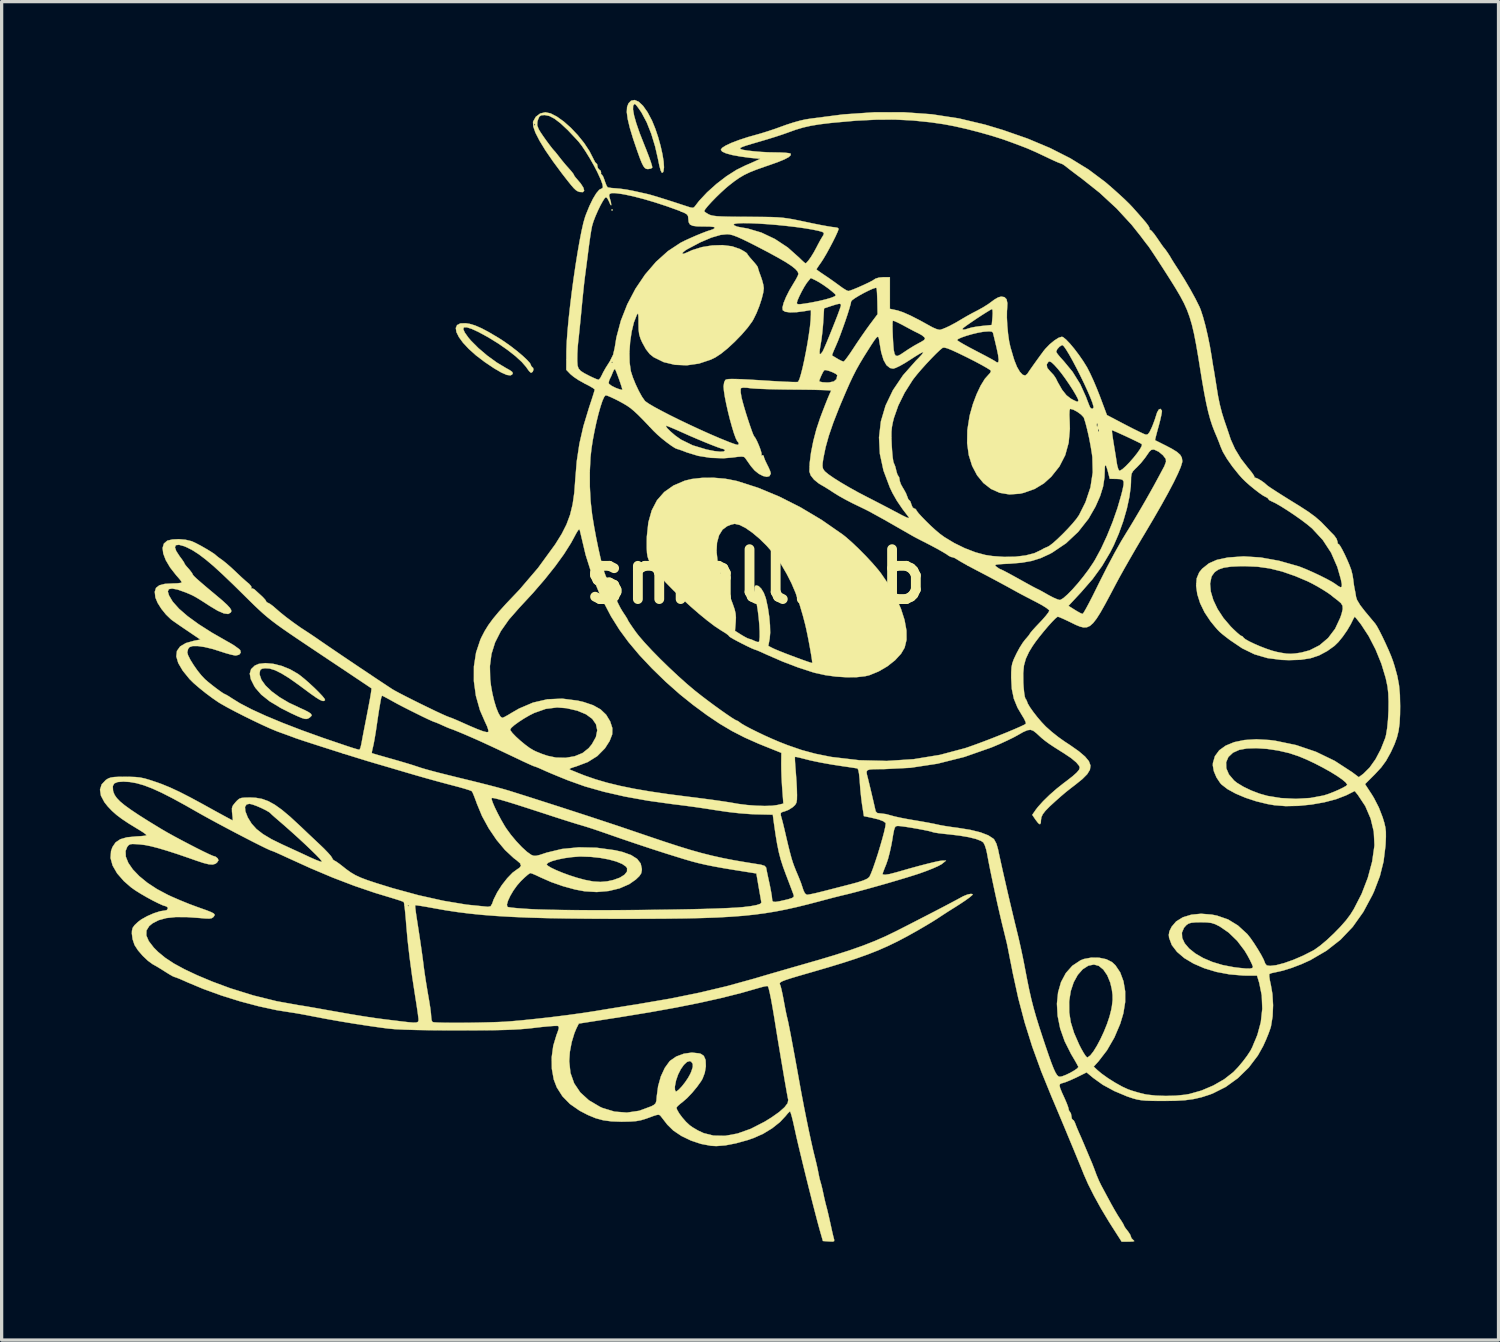
<source format=kicad_pcb>
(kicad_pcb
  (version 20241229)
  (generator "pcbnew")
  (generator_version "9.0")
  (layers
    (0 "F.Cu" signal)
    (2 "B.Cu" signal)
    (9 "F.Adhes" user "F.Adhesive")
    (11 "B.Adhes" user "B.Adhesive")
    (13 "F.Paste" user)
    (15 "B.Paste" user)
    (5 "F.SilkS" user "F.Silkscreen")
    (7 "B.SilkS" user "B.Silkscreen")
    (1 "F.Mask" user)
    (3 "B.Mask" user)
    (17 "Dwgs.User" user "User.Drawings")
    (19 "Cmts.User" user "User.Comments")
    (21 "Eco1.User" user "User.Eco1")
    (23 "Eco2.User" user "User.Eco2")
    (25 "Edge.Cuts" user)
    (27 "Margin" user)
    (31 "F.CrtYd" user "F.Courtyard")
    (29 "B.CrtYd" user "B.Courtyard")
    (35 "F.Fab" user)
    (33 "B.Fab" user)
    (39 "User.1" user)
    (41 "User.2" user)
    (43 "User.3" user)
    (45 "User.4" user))
  (footprint "smallbab"
    (layer "F.Cu")
    (at 20.028 14.561)
    (property "Reference" "smallbab" (at 0 0 0) (layer "F.SilkS") (effects (font (size 1.524 1.524) (thickness 0.3))))
    (attr through_hole)
    (fp_poly (pts (xy -4.403 -11.197) (xy -4.381 -11.176) (xy -4.36 -11.197) (xy -4.381 -11.218) (xy -4.403 -11.197)) (stroke (width 0.01) (type solid)) (fill yes) (layer "F.SilkS"))
    (fp_poly (pts (xy -3.8 -14.535) (xy -3.878 -14.455) (xy -3.922 -14.343) (xy -3.931 -14.186) (xy -3.903 -13.977) (xy -3.839 -13.708) (xy -3.738 -13.374) (xy -3.703 -13.271) (xy -3.608 -12.993) (xy -3.533 -12.784) (xy -3.474 -12.636) (xy -3.425 -12.539) (xy -3.381 -12.481) (xy -3.338 -12.454) (xy -3.289 -12.446) (xy -3.282 -12.446) (xy -3.193 -12.462) (xy -3.153 -12.489) (xy -3.16 -12.541) (xy -3.195 -12.657) (xy -3.254 -12.823) (xy -3.332 -13.026) (xy -3.403 -13.203) (xy -3.539 -13.548) (xy -3.641 -13.844) (xy -3.709 -14.085) (xy -3.741 -14.267) (xy -3.737 -14.386) (xy -3.694 -14.435) (xy -3.683 -14.436) (xy -3.646 -14.402) (xy -3.578 -14.314) (xy -3.492 -14.189) (xy -3.474 -14.16) (xy -3.323 -13.876) (xy -3.184 -13.527) (xy -3.065 -13.136) (xy -2.98 -12.764) (xy -2.935 -12.543) (xy -2.895 -12.401) (xy -2.861 -12.336) (xy -2.829 -12.342) (xy -2.811 -12.378) (xy -2.795 -12.498) (xy -2.806 -12.678) (xy -2.843 -12.904) (xy -2.9 -13.157) (xy -2.973 -13.421) (xy -3.06 -13.679) (xy -3.156 -13.914) (xy -3.163 -13.93) (xy -3.299 -14.186) (xy -3.435 -14.378) (xy -3.567 -14.503) (xy -3.69 -14.556) (xy -3.8 -14.535)) (stroke (width 0.01) (type solid)) (fill yes) (layer "F.SilkS"))
    (fp_poly (pts (xy -9.015 -7.732) (xy -9.115 -7.681) (xy -9.154 -7.591) (xy -9.135 -7.466) (xy -9.06 -7.315) (xy -8.934 -7.142) (xy -8.758 -6.953) (xy -8.536 -6.754) (xy -8.27 -6.552) (xy -8.261 -6.546) (xy -7.983 -6.359) (xy -7.763 -6.231) (xy -7.598 -6.159) (xy -7.486 -6.144) (xy -7.437 -6.167) (xy -7.412 -6.21) (xy -7.437 -6.255) (xy -7.522 -6.313) (xy -7.625 -6.37) (xy -7.903 -6.537) (xy -8.192 -6.746) (xy -8.465 -6.978) (xy -8.695 -7.209) (xy -8.769 -7.296) (xy -8.881 -7.453) (xy -8.927 -7.558) (xy -8.906 -7.611) (xy -8.818 -7.613) (xy -8.664 -7.563) (xy -8.456 -7.467) (xy -8.154 -7.302) (xy -7.858 -7.119) (xy -7.58 -6.926) (xy -7.336 -6.735) (xy -7.139 -6.555) (xy -7.002 -6.397) (xy -6.981 -6.364) (xy -6.915 -6.274) (xy -6.862 -6.226) (xy -6.853 -6.223) (xy -6.805 -6.254) (xy -6.782 -6.319) (xy -6.794 -6.374) (xy -6.808 -6.383) (xy -6.854 -6.434) (xy -6.858 -6.456) (xy -6.891 -6.52) (xy -6.982 -6.62) (xy -7.118 -6.747) (xy -7.286 -6.888) (xy -7.473 -7.033) (xy -7.668 -7.172) (xy -7.832 -7.279) (xy -8.125 -7.453) (xy -8.365 -7.581) (xy -8.564 -7.668) (xy -8.736 -7.719) (xy -8.851 -7.737) (xy -9.015 -7.732)) (stroke (width 0.01) (type solid)) (fill yes) (layer "F.SilkS"))
    (fp_poly (pts (xy -15.176 2.67) (xy -15.297 2.723) (xy -15.408 2.831) (xy -15.448 2.968) (xy -15.416 3.137) (xy -15.312 3.345) (xy -15.273 3.406) (xy -15.097 3.608) (xy -14.838 3.814) (xy -14.494 4.021) (xy -14.189 4.175) (xy -13.994 4.265) (xy -13.858 4.322) (xy -13.766 4.349) (xy -13.702 4.35) (xy -13.648 4.328) (xy -13.61 4.302) (xy -13.557 4.25) (xy -13.573 4.204) (xy -13.591 4.185) (xy -13.66 4.139) (xy -13.781 4.076) (xy -13.929 4.009) (xy -13.931 4.008) (xy -14.254 3.856) (xy -14.539 3.687) (xy -14.779 3.51) (xy -14.966 3.332) (xy -15.091 3.159) (xy -15.146 3) (xy -15.147 2.943) (xy -15.128 2.856) (xy -15.076 2.817) (xy -14.982 2.802) (xy -14.842 2.811) (xy -14.677 2.862) (xy -14.479 2.96) (xy -14.241 3.107) (xy -13.954 3.31) (xy -13.83 3.402) (xy -13.606 3.568) (xy -13.438 3.687) (xy -13.318 3.762) (xy -13.236 3.799) (xy -13.183 3.802) (xy -13.15 3.777) (xy -13.148 3.773) (xy -13.167 3.73) (xy -13.237 3.644) (xy -13.346 3.529) (xy -13.481 3.396) (xy -13.628 3.26) (xy -13.775 3.131) (xy -13.909 3.023) (xy -13.976 2.974) (xy -14.217 2.835) (xy -14.475 2.731) (xy -14.733 2.667) (xy -14.973 2.646) (xy -15.176 2.67)) (stroke (width 0.01) (type solid)) (fill yes) (layer "F.SilkS"))
    (fp_poly (pts (xy -1.63 -3.014) (xy -1.95 -2.978) (xy -2.159 -2.927) (xy -2.504 -2.78) (xy -2.787 -2.581) (xy -3.008 -2.329) (xy -3.169 -2.02) (xy -3.272 -1.653) (xy -3.318 -1.223) (xy -3.321 -1.079) (xy -3.321 -0.87) (xy -3.314 -0.721) (xy -3.297 -0.611) (xy -3.265 -0.515) (xy -3.215 -0.412) (xy -3.199 -0.381) (xy -3.101 -0.232) (xy -2.946 -0.043) (xy -2.746 0.177) (xy -2.513 0.415) (xy -2.258 0.662) (xy -1.992 0.906) (xy -1.727 1.137) (xy -1.473 1.345) (xy -1.243 1.519) (xy -1.048 1.648) (xy -1.027 1.66) (xy -0.909 1.733) (xy -0.828 1.794) (xy -0.804 1.826) (xy -0.769 1.854) (xy -0.676 1.909) (xy -0.545 1.98) (xy -0.394 2.058) (xy -0.243 2.133) (xy -0.111 2.195) (xy -0.016 2.234) (xy 0.018 2.244) (xy 0.061 2.26) (xy 0.162 2.304) (xy 0.301 2.367) (xy 0.345 2.387) (xy 0.83 2.598) (xy 1.307 2.78) (xy 1.75 2.924) (xy 1.821 2.944) (xy 2.127 3.012) (xy 2.455 3.057) (xy 2.784 3.078) (xy 3.091 3.075) (xy 3.353 3.045) (xy 3.476 3.016) (xy 3.759 2.901) (xy 4.027 2.745) (xy 4.159 2.641) (xy 1.736 2.641) (xy 1.699 2.635) (xy 1.6 2.603) (xy 1.455 2.552) (xy 1.279 2.488) (xy 1.09 2.417) (xy 0.903 2.346) (xy 0.735 2.279) (xy 0.602 2.224) (xy 0.524 2.188) (xy 0.392 2.12) (xy 0.434 1.896) (xy 0.449 1.718) (xy 0.443 1.484) (xy 0.419 1.219) (xy 0.378 0.948) (xy 0.324 0.698) (xy 0.312 0.652) (xy 0.253 0.497) (xy 0.177 0.372) (xy 0.095 0.292) (xy 0.022 0.271) (xy -0.009 0.288) (xy -0.028 0.331) (xy -0.03 0.415) (xy -0.014 0.551) (xy 0.022 0.752) (xy 0.034 0.815) (xy 0.069 1.024) (xy 0.097 1.249) (xy 0.117 1.472) (xy 0.128 1.677) (xy 0.129 1.845) (xy 0.118 1.96) (xy 0.103 2) (xy 0.053 1.999) (xy -0.034 1.965) (xy -0.035 1.965) (xy -0.13 1.922) (xy -0.193 1.905) (xy -0.251 1.884) (xy -0.353 1.829) (xy -0.432 1.782) (xy -0.626 1.659) (xy -0.604 1.39) (xy -0.598 1.253) (xy -0.607 1.134) (xy -0.636 1.006) (xy -0.692 0.843) (xy -0.736 0.726) (xy -0.808 0.541) (xy -0.876 0.371) (xy -0.93 0.241) (xy -0.949 0.197) (xy -1.077 -0.139) (xy -1.157 -0.463) (xy -1.189 -0.764) (xy -1.175 -1.033) (xy -1.113 -1.259) (xy -1.006 -1.432) (xy -0.866 -1.537) (xy -0.746 -1.584) (xy -0.645 -1.608) (xy -0.632 -1.609) (xy -0.484 -1.575) (xy -0.301 -1.482) (xy -0.095 -1.338) (xy 0.122 -1.156) (xy 0.337 -0.945) (xy 0.54 -0.715) (xy 0.717 -0.478) (xy 0.777 -0.384) (xy 0.953 -0.082) (xy 1.1 0.206) (xy 1.226 0.502) (xy 1.34 0.827) (xy 1.45 1.201) (xy 1.52 1.468) (xy 1.551 1.604) (xy 1.589 1.784) (xy 1.629 1.987) (xy 1.667 2.194) (xy 1.7 2.384) (xy 1.724 2.536) (xy 1.735 2.63) (xy 1.736 2.641) (xy 4.159 2.641) (xy 4.262 2.56) (xy 4.446 2.36) (xy 4.556 2.174) (xy 4.614 1.935) (xy 4.612 1.649) (xy 4.554 1.329) (xy 4.443 0.983) (xy 4.283 0.622) (xy 4.077 0.257) (xy 3.829 -0.103) (xy 3.741 -0.215) (xy 3.573 -0.41) (xy 3.371 -0.627) (xy 3.154 -0.846) (xy 2.941 -1.048) (xy 2.752 -1.213) (xy 2.667 -1.28) (xy 2.037 -1.718) (xy 1.387 -2.107) (xy 0.73 -2.44) (xy 0.08 -2.71) (xy -0.55 -2.912) (xy -0.593 -2.923) (xy -0.924 -2.987) (xy -1.279 -3.017) (xy -1.63 -3.014)) (stroke (width 0.01) (type solid)) (fill yes) (layer "F.SilkS"))
    (fp_poly (pts (xy 3.627 -14.181) (xy 2.683 -14.116) (xy 1.689 -13.988) (xy 1.524 -13.962) (xy 1.363 -13.926) (xy 1.156 -13.868) (xy 0.937 -13.797) (xy 0.819 -13.754) (xy 0.6 -13.675) (xy 0.369 -13.598) (xy 0.163 -13.534) (xy 0.078 -13.51) (xy -0.231 -13.423) (xy -0.505 -13.333) (xy -0.734 -13.246) (xy -0.909 -13.164) (xy -1.02 -13.093) (xy -1.058 -13.036) (xy -1.017 -12.981) (xy -0.899 -12.927) (xy -0.71 -12.876) (xy -0.459 -12.83) (xy -0.153 -12.789) (xy 0.021 -12.772) (xy 0.148 -12.76) (xy -0.021 -12.682) (xy -0.154 -12.622) (xy -0.273 -12.571) (xy -0.296 -12.562) (xy -0.58 -12.422) (xy -0.886 -12.227) (xy -1.192 -11.992) (xy -1.478 -11.735) (xy -1.723 -11.473) (xy -1.837 -11.325) (xy -1.875 -11.279) (xy -1.918 -11.263) (xy -1.992 -11.275) (xy -2.12 -11.316) (xy -2.123 -11.317) (xy -2.468 -11.43) (xy -2.768 -11.526) (xy -3.015 -11.603) (xy -3.199 -11.657) (xy -3.302 -11.684) (xy -3.42 -11.71) (xy -3.585 -11.747) (xy -3.748 -11.783) (xy -3.937 -11.819) (xy -4.131 -11.846) (xy -4.266 -11.858) (xy -4.397 -11.868) (xy -4.493 -11.883) (xy -4.52 -11.893) (xy -4.552 -11.945) (xy -4.592 -12.048) (xy -4.608 -12.097) (xy -4.647 -12.205) (xy -4.686 -12.269) (xy -4.699 -12.277) (xy -4.722 -12.307) (xy -4.716 -12.335) (xy -4.729 -12.397) (xy -4.76 -12.418) (xy -4.814 -12.476) (xy -4.826 -12.529) (xy -4.839 -12.599) (xy -4.858 -12.615) (xy -4.894 -12.65) (xy -4.941 -12.736) (xy -4.948 -12.753) (xy -5.073 -12.997) (xy -5.237 -13.245) (xy -5.431 -13.485) (xy -5.641 -13.707) (xy -5.856 -13.898) (xy -6.066 -14.048) (xy -6.258 -14.147) (xy -6.418 -14.181) (xy -6.577 -14.144) (xy -6.71 -14.043) (xy -6.79 -13.902) (xy -6.795 -13.883) (xy -6.788 -13.748) (xy -6.722 -13.558) (xy -6.597 -13.314) (xy -6.417 -13.019) (xy -6.181 -12.676) (xy -5.909 -12.309) (xy -5.752 -12.107) (xy -5.636 -11.962) (xy -5.551 -11.864) (xy -5.486 -11.803) (xy -5.431 -11.768) (xy -5.376 -11.749) (xy -5.371 -11.747) (xy -5.271 -11.742) (xy -5.233 -11.786) (xy -5.256 -11.876) (xy -5.339 -12.006) (xy -5.48 -12.171) (xy -5.492 -12.184) (xy -5.538 -12.246) (xy -5.546 -12.269) (xy -5.573 -12.314) (xy -5.64 -12.397) (xy -5.684 -12.446) (xy -5.794 -12.57) (xy -5.916 -12.717) (xy -5.969 -12.785) (xy -6.053 -12.892) (xy -6.116 -12.971) (xy -6.139 -12.996) (xy -6.196 -13.06) (xy -6.284 -13.173) (xy -6.387 -13.312) (xy -6.489 -13.456) (xy -6.573 -13.581) (xy -6.623 -13.666) (xy -6.668 -13.784) (xy -6.667 -13.801) (xy -6.731 -13.801) (xy -6.746 -13.766) (xy -6.759 -13.772) (xy -6.764 -13.823) (xy -6.759 -13.829) (xy -6.734 -13.823) (xy -6.731 -13.801) (xy -6.667 -13.801) (xy -6.662 -13.893) (xy -6.645 -13.951) (xy -6.604 -14.048) (xy -6.545 -14.089) (xy -6.438 -14.097) (xy -6.301 -14.07) (xy -6.141 -13.987) (xy -5.953 -13.843) (xy -5.731 -13.635) (xy -5.472 -13.36) (xy -5.397 -13.277) (xy -5.304 -13.156) (xy -5.187 -12.981) (xy -5.06 -12.775) (xy -4.938 -12.561) (xy -4.834 -12.362) (xy -4.828 -12.349) (xy -4.728 -12.131) (xy -4.673 -11.98) (xy -4.66 -11.889) (xy -4.688 -11.854) (xy -4.697 -11.853) (xy -4.772 -11.814) (xy -4.864 -11.705) (xy -4.966 -11.536) (xy -5.072 -11.318) (xy -5.176 -11.063) (xy -5.204 -10.986) (xy -5.256 -10.808) (xy -5.312 -10.559) (xy -5.372 -10.252) (xy -5.434 -9.897) (xy -5.496 -9.51) (xy -5.556 -9.101) (xy -5.612 -8.685) (xy -5.662 -8.272) (xy -5.706 -7.877) (xy -5.74 -7.513) (xy -5.764 -7.19) (xy -5.775 -6.923) (xy -5.776 -6.872) (xy -5.779 -6.314) (xy -5.652 -6.181) (xy -5.55 -6.097) (xy -5.402 -5.998) (xy -5.236 -5.906) (xy -5.218 -5.896) (xy -5.075 -5.822) (xy -4.968 -5.759) (xy -4.914 -5.718) (xy -4.911 -5.711) (xy -4.923 -5.661) (xy -4.958 -5.546) (xy -5.01 -5.384) (xy -5.074 -5.19) (xy -5.085 -5.157) (xy -5.256 -4.592) (xy -5.378 -4.058) (xy -5.459 -3.522) (xy -5.503 -2.985) (xy -5.534 -2.562) (xy -5.586 -2.202) (xy -5.663 -1.886) (xy -5.772 -1.592) (xy -5.919 -1.301) (xy -6.111 -0.992) (xy -6.123 -0.974) (xy -6.641 -0.263) (xy -7.204 0.396) (xy -7.35 0.55) (xy -7.624 0.838) (xy -7.843 1.081) (xy -8.019 1.293) (xy -8.159 1.484) (xy -8.273 1.668) (xy -8.37 1.856) (xy -8.405 1.932) (xy -8.535 2.322) (xy -8.601 2.748) (xy -8.602 3.195) (xy -8.54 3.646) (xy -8.416 4.085) (xy -8.273 4.414) (xy -8.2 4.572) (xy -8.16 4.689) (xy -8.16 4.748) (xy -8.161 4.749) (xy -8.212 4.755) (xy -8.321 4.728) (xy -8.493 4.664) (xy -8.732 4.563) (xy -8.996 4.445) (xy -9.146 4.379) (xy -9.279 4.324) (xy -9.356 4.297) (xy -9.439 4.264) (xy -9.583 4.2) (xy -9.772 4.112) (xy -9.991 4.006) (xy -10.226 3.892) (xy -10.461 3.775) (xy -10.681 3.664) (xy -10.872 3.565) (xy -11.019 3.486) (xy -11.096 3.441) (xy -11.132 3.417) (xy -11.729 3.417) (xy -11.732 3.46) (xy -11.748 3.574) (xy -11.777 3.744) (xy -11.817 3.957) (xy -11.864 4.201) (xy -11.864 4.202) (xy -11.914 4.459) (xy -11.961 4.697) (xy -12 4.901) (xy -12.028 5.054) (xy -12.043 5.133) (xy -12.068 5.235) (xy -12.097 5.289) (xy -12.104 5.292) (xy -12.159 5.279) (xy -12.272 5.246) (xy -12.422 5.198) (xy -12.473 5.181) (xy -13.203 4.933) (xy -13.862 4.696) (xy -14.448 4.47) (xy -14.959 4.257) (xy -15.393 4.058) (xy -15.748 3.873) (xy -15.986 3.726) (xy -16.095 3.655) (xy -16.175 3.609) (xy -16.2 3.598) (xy -16.249 3.574) (xy -16.345 3.509) (xy -16.47 3.418) (xy -16.605 3.314) (xy -16.731 3.212) (xy -16.814 3.14) (xy -16.929 3.019) (xy -17.052 2.865) (xy -17.168 2.698) (xy -17.267 2.538) (xy -17.334 2.403) (xy -17.357 2.316) (xy -17.332 2.214) (xy -17.292 2.158) (xy -17.195 2.125) (xy -17.035 2.124) (xy -16.825 2.155) (xy -16.579 2.214) (xy -16.366 2.282) (xy -16.186 2.34) (xy -16.025 2.385) (xy -15.906 2.41) (xy -15.873 2.413) (xy -15.772 2.387) (xy -15.724 2.325) (xy -15.74 2.251) (xy -15.777 2.214) (xy -15.859 2.155) (xy -15.896 2.127) (xy -15.956 2.087) (xy -16.061 2.025) (xy -16.128 1.988) (xy -16.603 1.716) (xy -17.01 1.457) (xy -17.346 1.213) (xy -17.608 0.986) (xy -17.792 0.78) (xy -17.814 0.75) (xy -17.916 0.577) (xy -17.952 0.456) (xy -17.92 0.386) (xy -17.821 0.367) (xy -17.655 0.398) (xy -17.421 0.481) (xy -17.399 0.489) (xy -17.285 0.537) (xy -17.189 0.581) (xy -17.093 0.633) (xy -16.979 0.702) (xy -16.826 0.799) (xy -16.669 0.901) (xy -16.427 1.046) (xy -16.24 1.127) (xy -16.108 1.145) (xy -16.029 1.099) (xy -16.015 1.073) (xy -16.016 1.024) (xy -16.057 0.957) (xy -16.144 0.863) (xy -16.285 0.734) (xy -16.477 0.572) (xy -16.739 0.353) (xy -16.938 0.183) (xy -17.077 0.061) (xy -17.158 -0.017) (xy -17.185 -0.052) (xy -17.214 -0.109) (xy -17.286 -0.203) (xy -17.383 -0.313) (xy -17.388 -0.319) (xy -17.434 -0.378) (xy -17.441 -0.399) (xy -17.465 -0.443) (xy -17.526 -0.532) (xy -17.59 -0.617) (xy -17.696 -0.78) (xy -17.734 -0.894) (xy -17.705 -0.958) (xy -17.61 -0.969) (xy -17.452 -0.926) (xy -17.361 -0.887) (xy -17.189 -0.798) (xy -17.003 -0.678) (xy -16.795 -0.52) (xy -16.557 -0.32) (xy -16.283 -0.069) (xy -15.963 0.237) (xy -15.854 0.344) (xy -15.642 0.553) (xy -15.463 0.73) (xy -15.308 0.882) (xy -15.169 1.013) (xy -15.039 1.132) (xy -14.909 1.243) (xy -14.771 1.353) (xy -14.619 1.468) (xy -14.443 1.594) (xy -14.236 1.737) (xy -13.99 1.904) (xy -13.697 2.101) (xy -13.35 2.333) (xy -12.97 2.587) (xy -12.683 2.778) (xy -12.42 2.954) (xy -12.187 3.11) (xy -11.994 3.239) (xy -11.848 3.337) (xy -11.757 3.398) (xy -11.729 3.417) (xy -11.132 3.417) (xy -11.204 3.37) (xy -11.369 3.261) (xy -11.579 3.122) (xy -11.82 2.96) (xy -12.081 2.786) (xy -12.347 2.607) (xy -12.607 2.432) (xy -12.847 2.269) (xy -13.055 2.128) (xy -13.218 2.016) (xy -13.262 1.986) (xy -13.419 1.877) (xy -13.561 1.781) (xy -13.665 1.712) (xy -13.694 1.693) (xy -13.894 1.563) (xy -14.117 1.405) (xy -14.337 1.241) (xy -14.527 1.088) (xy -14.621 1.006) (xy -14.736 0.906) (xy -14.833 0.834) (xy -14.89 0.805) (xy -14.891 0.805) (xy -14.94 0.778) (xy -14.944 0.763) (xy -14.973 0.713) (xy -15.047 0.631) (xy -15.098 0.583) (xy -15.2 0.49) (xy -15.282 0.415) (xy -15.304 0.394) (xy -15.365 0.364) (xy -15.39 0.372) (xy -15.404 0.373) (xy -15.395 0.353) (xy -15.405 0.296) (xy -15.471 0.222) (xy -15.483 0.213) (xy -15.567 0.142) (xy -15.69 0.032) (xy -15.828 -0.098) (xy -15.875 -0.143) (xy -16.019 -0.277) (xy -16.16 -0.4) (xy -16.273 -0.491) (xy -16.298 -0.509) (xy -16.395 -0.578) (xy -16.459 -0.628) (xy -16.468 -0.637) (xy -16.527 -0.687) (xy -16.641 -0.762) (xy -16.787 -0.85) (xy -16.944 -0.94) (xy -17.091 -1.017) (xy -17.207 -1.071) (xy -17.228 -1.079) (xy -17.41 -1.123) (xy -17.615 -1.141) (xy -17.81 -1.132) (xy -17.961 -1.097) (xy -17.97 -1.093) (xy -18.071 -1.006) (xy -18.111 -0.873) (xy -18.091 -0.702) (xy -18.014 -0.5) (xy -17.882 -0.277) (xy -17.697 -0.04) (xy -17.632 0.033) (xy -17.562 0.116) (xy -17.527 0.174) (xy -17.526 0.179) (xy -17.565 0.196) (xy -17.666 0.208) (xy -17.798 0.212) (xy -18.042 0.225) (xy -18.211 0.269) (xy -18.312 0.348) (xy -18.35 0.467) (xy -18.332 0.632) (xy -18.327 0.651) (xy -18.262 0.807) (xy -18.149 0.986) (xy -18.008 1.161) (xy -17.858 1.306) (xy -17.817 1.338) (xy -17.736 1.395) (xy -17.605 1.486) (xy -17.445 1.595) (xy -17.331 1.672) (xy -16.956 1.926) (xy -17.146 1.962) (xy -17.399 2.033) (xy -17.575 2.137) (xy -17.673 2.274) (xy -17.692 2.442) (xy -17.633 2.643) (xy -17.496 2.876) (xy -17.286 3.135) (xy -17.163 3.256) (xy -16.99 3.405) (xy -16.792 3.564) (xy -16.589 3.715) (xy -16.406 3.841) (xy -16.341 3.881) (xy -16.14 3.995) (xy -15.893 4.126) (xy -15.62 4.265) (xy -15.339 4.403) (xy -15.068 4.532) (xy -14.828 4.641) (xy -14.636 4.721) (xy -14.584 4.741) (xy -14.398 4.808) (xy -14.225 4.871) (xy -14.093 4.92) (xy -14.055 4.935) (xy -13.967 4.965) (xy -13.812 5.017) (xy -13.605 5.084) (xy -13.358 5.164) (xy -13.086 5.251) (xy -12.804 5.341) (xy -12.524 5.429) (xy -12.261 5.511) (xy -12.028 5.583) (xy -11.84 5.641) (xy -11.748 5.668) (xy -11.61 5.709) (xy -11.411 5.767) (xy -11.169 5.838) (xy -10.905 5.916) (xy -10.668 5.986) (xy -10.37 6.073) (xy -10.048 6.165) (xy -9.731 6.253) (xy -9.448 6.329) (xy -9.293 6.37) (xy -9.08 6.426) (xy -8.895 6.478) (xy -8.756 6.522) (xy -8.677 6.551) (xy -8.666 6.557) (xy -8.636 6.611) (xy -8.589 6.725) (xy -8.532 6.877) (xy -8.509 6.942) (xy -8.352 7.32) (xy -8.148 7.693) (xy -7.911 8.043) (xy -7.653 8.352) (xy -7.386 8.601) (xy -7.292 8.672) (xy -7.187 8.763) (xy -7.162 8.838) (xy -7.216 8.905) (xy -7.266 8.935) (xy -7.419 9.047) (xy -7.584 9.218) (xy -7.747 9.426) (xy -7.89 9.65) (xy -7.999 9.868) (xy -8.042 9.991) (xy -8.09 10.073) (xy -8.174 10.09) (xy -8.825 10.024) (xy -9.533 9.906) (xy -10.291 9.737) (xy -11.09 9.519) (xy -11.578 9.368) (xy -11.847 9.279) (xy -12.054 9.201) (xy -12.219 9.125) (xy -12.363 9.04) (xy -12.507 8.937) (xy -12.592 8.869) (xy -12.713 8.775) (xy -12.792 8.72) (xy -13.244 8.72) (xy -13.307 8.703) (xy -13.424 8.658) (xy -13.571 8.594) (xy -13.604 8.579) (xy -13.76 8.506) (xy -13.967 8.41) (xy -14.2 8.303) (xy -14.431 8.197) (xy -14.453 8.187) (xy -14.784 8.025) (xy -15.043 7.87) (xy -15.243 7.715) (xy -15.393 7.549) (xy -15.506 7.365) (xy -15.512 7.353) (xy -15.584 7.169) (xy -15.594 7.038) (xy -15.544 6.962) (xy -15.457 6.943) (xy -15.372 6.962) (xy -15.243 7.008) (xy -15.096 7.071) (xy -14.958 7.139) (xy -14.855 7.199) (xy -14.818 7.23) (xy -14.775 7.273) (xy -14.69 7.349) (xy -14.626 7.404) (xy -14.399 7.6) (xy -14.172 7.801) (xy -13.952 8) (xy -13.748 8.189) (xy -13.568 8.361) (xy -13.419 8.507) (xy -13.31 8.621) (xy -13.249 8.695) (xy -13.244 8.72) (xy -12.792 8.72) (xy -12.81 8.707) (xy -12.864 8.678) (xy -12.866 8.678) (xy -12.91 8.644) (xy -12.931 8.599) (xy -12.971 8.538) (xy -13.06 8.436) (xy -13.183 8.309) (xy -13.283 8.213) (xy -13.468 8.039) (xy -13.676 7.843) (xy -13.87 7.658) (xy -13.928 7.604) (xy -14.218 7.336) (xy -14.467 7.127) (xy -14.684 6.972) (xy -14.882 6.863) (xy -15.072 6.794) (xy -15.263 6.76) (xy -15.423 6.752) (xy -15.591 6.754) (xy -15.699 6.764) (xy -15.772 6.791) (xy -15.833 6.842) (xy -15.883 6.896) (xy -15.961 6.992) (xy -15.993 7.076) (xy -15.991 7.187) (xy -15.984 7.245) (xy -15.971 7.363) (xy -15.968 7.438) (xy -15.972 7.451) (xy -16.012 7.431) (xy -16.115 7.376) (xy -16.272 7.291) (xy -16.472 7.182) (xy -16.704 7.054) (xy -16.873 6.96) (xy -17.261 6.75) (xy -17.591 6.581) (xy -17.879 6.447) (xy -18.137 6.341) (xy -18.267 6.294) (xy -18.488 6.22) (xy -18.656 6.17) (xy -18.8 6.14) (xy -18.946 6.125) (xy -19.121 6.119) (xy -19.241 6.118) (xy -19.451 6.119) (xy -19.596 6.126) (xy -19.696 6.142) (xy -19.77 6.169) (xy -19.839 6.212) (xy -19.844 6.215) (xy -19.972 6.35) (xy -20.023 6.511) (xy -19.995 6.694) (xy -19.889 6.894) (xy -19.784 7.026) (xy -19.657 7.159) (xy -19.52 7.281) (xy -19.358 7.403) (xy -19.155 7.539) (xy -18.895 7.698) (xy -18.822 7.742) (xy -18.703 7.817) (xy -18.624 7.876) (xy -18.603 7.906) (xy -18.653 7.919) (xy -18.765 7.931) (xy -18.914 7.94) (xy -18.927 7.941) (xy -19.2 7.967) (xy -19.403 8.026) (xy -19.547 8.123) (xy -19.643 8.265) (xy -19.686 8.386) (xy -19.701 8.6) (xy -19.638 8.829) (xy -19.501 9.067) (xy -19.293 9.305) (xy -19.075 9.495) (xy -18.947 9.586) (xy -18.781 9.69) (xy -18.595 9.798) (xy -18.407 9.9) (xy -18.234 9.986) (xy -18.096 10.048) (xy -18.008 10.074) (xy -18.002 10.075) (xy -17.955 10.109) (xy -17.949 10.139) (xy -17.985 10.191) (xy -18.033 10.202) (xy -18.188 10.226) (xy -18.381 10.288) (xy -18.582 10.376) (xy -18.762 10.477) (xy -18.861 10.551) (xy -18.969 10.653) (xy -19.026 10.734) (xy -19.047 10.824) (xy -19.05 10.906) (xy -19.027 11.08) (xy -18.97 11.25) (xy -18.963 11.265) (xy -18.862 11.42) (xy -18.719 11.586) (xy -18.561 11.736) (xy -18.413 11.844) (xy -18.389 11.857) (xy -18.289 11.913) (xy -18.151 11.997) (xy -18.025 12.077) (xy -17.898 12.156) (xy -17.797 12.213) (xy -17.745 12.234) (xy -17.691 12.251) (xy -17.58 12.295) (xy -17.434 12.359) (xy -17.373 12.387) (xy -16.866 12.599) (xy -16.314 12.799) (xy -15.741 12.978) (xy -15.17 13.129) (xy -14.625 13.247) (xy -14.203 13.314) (xy -14.076 13.333) (xy -13.891 13.365) (xy -13.676 13.405) (xy -13.483 13.443) (xy -13.12 13.512) (xy -12.702 13.586) (xy -12.26 13.659) (xy -11.823 13.726) (xy -11.422 13.783) (xy -11.218 13.809) (xy -11.013 13.828) (xy -10.723 13.842) (xy -10.348 13.853) (xy -9.889 13.86) (xy -9.346 13.864) (xy -9.081 13.864) (xy -8.618 13.863) (xy -8.228 13.861) (xy -7.901 13.857) (xy -7.624 13.85) (xy -7.386 13.84) (xy -7.176 13.828) (xy -6.982 13.812) (xy -6.794 13.792) (xy -6.742 13.785) (xy -6.514 13.759) (xy -6.313 13.74) (xy -6.156 13.729) (xy -6.058 13.727) (xy -6.036 13.73) (xy -6.008 13.756) (xy -6.011 13.815) (xy -6.046 13.923) (xy -6.076 13.999) (xy -6.177 14.334) (xy -6.225 14.688) (xy -6.22 15.039) (xy -6.162 15.364) (xy -6.07 15.605) (xy -5.896 15.879) (xy -5.667 16.113) (xy -5.372 16.318) (xy -5.122 16.448) (xy -4.883 16.547) (xy -4.652 16.61) (xy -4.399 16.644) (xy -4.096 16.655) (xy -4.043 16.654) (xy -3.815 16.649) (xy -3.644 16.636) (xy -3.498 16.609) (xy -3.351 16.565) (xy -3.262 16.533) (xy -3.105 16.475) (xy -3.007 16.446) (xy -2.949 16.442) (xy -2.912 16.464) (xy -2.881 16.501) (xy -2.814 16.588) (xy -2.725 16.702) (xy -2.694 16.743) (xy -2.509 16.925) (xy -2.262 17.09) (xy -1.974 17.229) (xy -1.666 17.332) (xy -1.359 17.39) (xy -1.196 17.399) (xy -0.919 17.377) (xy -0.594 17.314) (xy -0.241 17.216) (xy -0.05 17.15) (xy 0.234 17.023) (xy 0.508 16.856) (xy 0.746 16.667) (xy 0.915 16.487) (xy 0.989 16.398) (xy 1.044 16.346) (xy 1.056 16.341) (xy 1.075 16.38) (xy 1.107 16.487) (xy 1.147 16.646) (xy 1.191 16.844) (xy 1.204 16.902) (xy 1.247 17.099) (xy 1.308 17.361) (xy 1.383 17.674) (xy 1.467 18.021) (xy 1.557 18.387) (xy 1.649 18.756) (xy 1.739 19.112) (xy 1.824 19.44) (xy 1.898 19.723) (xy 1.959 19.947) (xy 1.981 20.024) (xy 2.06 20.299) (xy 2.242 20.312) (xy 2.355 20.317) (xy 2.402 20.303) (xy 2.404 20.258) (xy 2.395 20.227) (xy 2.373 20.142) (xy 2.34 20) (xy 2.302 19.826) (xy 2.287 19.759) (xy 2.246 19.574) (xy 2.206 19.403) (xy 2.175 19.278) (xy 2.167 19.251) (xy 2.136 19.132) (xy 2.099 18.972) (xy 2.075 18.86) (xy 2.041 18.704) (xy 2.007 18.567) (xy 1.987 18.5) (xy 1.956 18.387) (xy 1.927 18.246) (xy 1.923 18.224) (xy 1.898 18.097) (xy 1.859 17.925) (xy 1.815 17.746) (xy 1.762 17.531) (xy 1.699 17.25) (xy 1.628 16.921) (xy 1.554 16.562) (xy 1.48 16.19) (xy 1.442 15.989) (xy 1.001 15.989) (xy 0.983 16.088) (xy 0.889 16.212) (xy 0.724 16.359) (xy 0.491 16.524) (xy 0.281 16.654) (xy -0.144 16.872) (xy -0.549 17.016) (xy -0.929 17.086) (xy -1.281 17.079) (xy -1.579 17.005) (xy -1.751 16.926) (xy -1.924 16.824) (xy -2.008 16.764) (xy -2.123 16.657) (xy -2.237 16.526) (xy -2.334 16.395) (xy -2.397 16.283) (xy -2.413 16.227) (xy -2.381 16.181) (xy -2.299 16.108) (xy -2.224 16.05) (xy -2.089 15.933) (xy -1.935 15.771) (xy -1.785 15.59) (xy -1.662 15.418) (xy -1.617 15.341) (xy -1.549 15.161) (xy -1.519 14.982) (xy -1.915 14.982) (xy -1.96 15.122) (xy -1.989 15.189) (xy -2.058 15.315) (xy -2.149 15.449) (xy -2.248 15.575) (xy -2.34 15.673) (xy -2.41 15.727) (xy -2.434 15.732) (xy -2.459 15.685) (xy -2.463 15.59) (xy -2.462 15.576) (xy -2.426 15.393) (xy -2.363 15.212) (xy -2.28 15.049) (xy -2.187 14.917) (xy -2.094 14.83) (xy -2.009 14.802) (xy -1.964 14.821) (xy -1.916 14.887) (xy -1.915 14.982) (xy -1.519 14.982) (xy -1.516 14.961) (xy -1.523 14.783) (xy -1.53 14.753) (xy -1.579 14.643) (xy -1.667 14.583) (xy -1.715 14.568) (xy -1.943 14.543) (xy -2.187 14.577) (xy -2.419 14.663) (xy -2.606 14.792) (xy -2.626 14.812) (xy -2.771 15.013) (xy -2.891 15.273) (xy -2.974 15.569) (xy -3.015 15.875) (xy -3.026 16.011) (xy -3.05 16.091) (xy -3.104 16.142) (xy -3.18 16.183) (xy -3.552 16.321) (xy -3.928 16.376) (xy -4.303 16.347) (xy -4.671 16.236) (xy -4.754 16.198) (xy -5.09 15.999) (xy -5.352 15.76) (xy -5.539 15.482) (xy -5.652 15.164) (xy -5.69 14.805) (xy -5.69 14.796) (xy -5.67 14.518) (xy -5.614 14.223) (xy -5.531 13.948) (xy -5.47 13.803) (xy -5.397 13.657) (xy -4.106 13.455) (xy -3.234 13.312) (xy -2.438 13.169) (xy -1.712 13.024) (xy -1.049 12.876) (xy -0.441 12.723) (xy 0.12 12.563) (xy 0.146 12.555) (xy 0.269 12.523) (xy 0.355 12.51) (xy 0.378 12.514) (xy 0.401 12.572) (xy 0.434 12.707) (xy 0.476 12.911) (xy 0.524 13.177) (xy 0.578 13.497) (xy 0.596 13.61) (xy 0.637 13.865) (xy 0.683 14.15) (xy 0.734 14.452) (xy 0.785 14.759) (xy 0.836 15.058) (xy 0.883 15.337) (xy 0.926 15.582) (xy 0.961 15.781) (xy 0.987 15.922) (xy 1.001 15.989) (xy 1.442 15.989) (xy 1.41 15.823) (xy 1.373 15.621) (xy 1.279 15.098) (xy 1.198 14.654) (xy 1.13 14.288) (xy 1.075 13.993) (xy 1.031 13.769) (xy 0.999 13.61) (xy 0.977 13.513) (xy 0.974 13.504) (xy 0.949 13.397) (xy 0.915 13.233) (xy 0.879 13.042) (xy 0.863 12.954) (xy 0.828 12.772) (xy 0.794 12.616) (xy 0.766 12.509) (xy 0.755 12.48) (xy 0.742 12.447) (xy 0.744 12.419) (xy 0.771 12.39) (xy 0.832 12.359) (xy 0.934 12.32) (xy 1.088 12.27) (xy 1.302 12.206) (xy 1.585 12.124) (xy 1.714 12.087) (xy 2.234 11.935) (xy 2.683 11.798) (xy 3.076 11.67) (xy 3.425 11.546) (xy 3.743 11.421) (xy 4.043 11.289) (xy 4.337 11.147) (xy 4.638 10.988) (xy 4.96 10.808) (xy 5.016 10.775) (xy 5.206 10.664) (xy 5.386 10.556) (xy 5.533 10.464) (xy 5.609 10.414) (xy 5.727 10.336) (xy 5.886 10.233) (xy 6.058 10.125) (xy 6.097 10.101) (xy 6.259 9.997) (xy 6.409 9.897) (xy 6.52 9.817) (xy 6.541 9.801) (xy 6.62 9.734) (xy 6.636 9.704) (xy 6.594 9.696) (xy 6.569 9.696) (xy 6.474 9.716) (xy 6.348 9.767) (xy 6.294 9.796) (xy 6.175 9.861) (xy 5.987 9.961) (xy 5.739 10.092) (xy 5.437 10.249) (xy 5.089 10.428) (xy 4.703 10.627) (xy 4.297 10.834) (xy 3.975 10.99) (xy 3.641 11.136) (xy 3.282 11.277) (xy 2.882 11.418) (xy 2.429 11.563) (xy 1.91 11.719) (xy 1.799 11.75) (xy 1.426 11.858) (xy 1.121 11.945) (xy 0.87 12.018) (xy 0.659 12.079) (xy 0.475 12.132) (xy 0.304 12.182) (xy 0.132 12.233) (xy -0.054 12.288) (xy -0.066 12.291) (xy -0.873 12.514) (xy -1.711 12.713) (xy -2.596 12.893) (xy -3.547 13.056) (xy -3.556 13.058) (xy -3.855 13.105) (xy -4.186 13.159) (xy -4.514 13.212) (xy -4.804 13.26) (xy -4.868 13.271) (xy -5.263 13.332) (xy -5.716 13.395) (xy -6.203 13.456) (xy -6.698 13.512) (xy -7.174 13.561) (xy -7.484 13.588) (xy -7.666 13.601) (xy -7.895 13.611) (xy -8.157 13.619) (xy -8.439 13.626) (xy -8.728 13.631) (xy -9.011 13.633) (xy -9.274 13.633) (xy -9.504 13.631) (xy -9.688 13.626) (xy -9.813 13.619) (xy -9.865 13.609) (xy -9.889 13.563) (xy -10.292 13.563) (xy -10.31 13.604) (xy -10.36 13.624) (xy -10.454 13.627) (xy -10.602 13.615) (xy -10.816 13.59) (xy -10.986 13.569) (xy -11.292 13.532) (xy -11.567 13.496) (xy -11.833 13.457) (xy -12.112 13.413) (xy -12.428 13.36) (xy -12.803 13.294) (xy -12.827 13.29) (xy -13.137 13.235) (xy -13.375 13.192) (xy -13.554 13.161) (xy -13.685 13.138) (xy -13.781 13.122) (xy -13.854 13.11) (xy -13.915 13.101) (xy -13.949 13.096) (xy -14.627 12.974) (xy -15.334 12.799) (xy -16.042 12.579) (xy -16.595 12.374) (xy -17.055 12.181) (xy -17.441 11.999) (xy -17.763 11.824) (xy -18.029 11.649) (xy -18.248 11.469) (xy -18.381 11.336) (xy -18.534 11.137) (xy -18.608 10.964) (xy -18.604 10.813) (xy -18.52 10.678) (xy -18.419 10.595) (xy -18.231 10.498) (xy -17.999 10.434) (xy -17.715 10.403) (xy -17.369 10.404) (xy -16.975 10.432) (xy -16.795 10.448) (xy -16.68 10.45) (xy -16.611 10.438) (xy -16.567 10.409) (xy -16.554 10.395) (xy -16.526 10.356) (xy -16.523 10.324) (xy -16.553 10.291) (xy -16.629 10.252) (xy -16.759 10.2) (xy -16.955 10.13) (xy -17.059 10.093) (xy -17.299 10.004) (xy -17.571 9.893) (xy -17.832 9.78) (xy -17.949 9.726) (xy -18.282 9.549) (xy -18.576 9.356) (xy -18.823 9.154) (xy -19.02 8.949) (xy -19.159 8.748) (xy -19.235 8.558) (xy -19.242 8.385) (xy -19.194 8.263) (xy -19.154 8.211) (xy -19.107 8.181) (xy -19.032 8.171) (xy -18.907 8.176) (xy -18.802 8.184) (xy -18.646 8.203) (xy -18.463 8.24) (xy -18.243 8.297) (xy -17.977 8.376) (xy -17.654 8.48) (xy -17.267 8.613) (xy -17.092 8.675) (xy -16.865 8.75) (xy -16.7 8.791) (xy -16.582 8.799) (xy -16.499 8.776) (xy -16.448 8.737) (xy -16.404 8.67) (xy -16.429 8.61) (xy -16.491 8.56) (xy -16.519 8.551) (xy -16.579 8.532) (xy -16.699 8.479) (xy -16.868 8.398) (xy -17.07 8.297) (xy -17.293 8.182) (xy -17.524 8.061) (xy -17.75 7.94) (xy -17.956 7.826) (xy -18.13 7.725) (xy -18.169 7.702) (xy -18.539 7.476) (xy -18.841 7.285) (xy -19.082 7.124) (xy -19.27 6.988) (xy -19.41 6.872) (xy -19.509 6.769) (xy -19.575 6.675) (xy -19.614 6.584) (xy -19.625 6.536) (xy -19.633 6.404) (xy -19.588 6.321) (xy -19.483 6.278) (xy -19.309 6.265) (xy -19.114 6.277) (xy -18.909 6.313) (xy -18.684 6.377) (xy -18.431 6.473) (xy -18.141 6.605) (xy -17.805 6.776) (xy -17.414 6.99) (xy -17.124 7.155) (xy -16.921 7.27) (xy -16.684 7.401) (xy -16.424 7.542) (xy -16.15 7.688) (xy -15.874 7.834) (xy -15.606 7.973) (xy -15.358 8.101) (xy -15.139 8.211) (xy -14.962 8.298) (xy -14.835 8.357) (xy -14.771 8.381) (xy -14.768 8.382) (xy -14.721 8.399) (xy -14.614 8.445) (xy -14.466 8.512) (xy -14.345 8.568) (xy -13.602 8.906) (xy -12.911 9.198) (xy -12.257 9.448) (xy -11.626 9.663) (xy -11.239 9.78) (xy -11.052 9.837) (xy -10.896 9.886) (xy -10.787 9.924) (xy -10.745 9.943) (xy -10.732 9.992) (xy -10.716 10.111) (xy -10.698 10.283) (xy -10.679 10.494) (xy -10.671 10.604) (xy -10.628 11.092) (xy -10.565 11.64) (xy -10.486 12.226) (xy -10.394 12.827) (xy -10.394 12.827) (xy -10.362 13.027) (xy -10.332 13.227) (xy -10.309 13.388) (xy -10.307 13.409) (xy -10.295 13.499) (xy -10.292 13.563) (xy -9.889 13.563) (xy -9.894 13.553) (xy -9.906 13.453) (xy -9.906 13.449) (xy -9.914 13.344) (xy -9.933 13.186) (xy -9.962 13.004) (xy -9.97 12.954) (xy -10.022 12.655) (xy -10.069 12.367) (xy -10.108 12.111) (xy -10.136 11.908) (xy -10.142 11.853) (xy -10.158 11.727) (xy -10.184 11.536) (xy -10.217 11.302) (xy -10.255 11.044) (xy -10.295 10.782) (xy -10.333 10.535) (xy -10.352 10.415) (xy -10.376 10.252) (xy -10.392 10.124) (xy -10.397 10.054) (xy -10.583 10.054) (xy -10.604 10.075) (xy -10.626 10.054) (xy -10.604 10.033) (xy -10.583 10.054) (xy -10.397 10.054) (xy -10.397 10.051) (xy -10.395 10.042) (xy -10.35 10.044) (xy -10.238 10.06) (xy -10.074 10.087) (xy -9.874 10.123) (xy -9.815 10.134) (xy -9.464 10.196) (xy -9.106 10.25) (xy -8.732 10.297) (xy -8.336 10.337) (xy -7.909 10.37) (xy -7.445 10.397) (xy -6.936 10.419) (xy -6.375 10.435) (xy -5.753 10.446) (xy -5.064 10.453) (xy -4.3 10.456) (xy -4.049 10.456) (xy -3.338 10.455) (xy -2.703 10.451) (xy -2.137 10.444) (xy -1.63 10.432) (xy -1.175 10.416) (xy -0.764 10.393) (xy -0.388 10.365) (xy -0.039 10.329) (xy 0.292 10.285) (xy 0.612 10.233) (xy 0.929 10.171) (xy 1.253 10.099) (xy 1.591 10.016) (xy 1.805 9.96) (xy 0.181 9.96) (xy 0.148 9.999) (xy 0.036 10.036) (xy -0.148 10.071) (xy -0.381 10.099) (xy -0.581 10.115) (xy -0.855 10.129) (xy -1.193 10.143) (xy -1.586 10.155) (xy -2.024 10.165) (xy -2.496 10.174) (xy -2.992 10.181) (xy -3.502 10.187) (xy -4.016 10.191) (xy -4.524 10.193) (xy -5.017 10.193) (xy -5.483 10.191) (xy -5.912 10.187) (xy -6.296 10.18) (xy -6.623 10.171) (xy -6.83 10.162) (xy -7.069 10.148) (xy -7.277 10.132) (xy -7.442 10.116) (xy -7.548 10.1) (xy -7.58 10.09) (xy -7.593 10.022) (xy -7.56 9.905) (xy -7.492 9.758) (xy -7.397 9.596) (xy -7.283 9.437) (xy -7.168 9.306) (xy -7.049 9.191) (xy -6.95 9.105) (xy -6.886 9.062) (xy -6.877 9.059) (xy -6.817 9.077) (xy -6.706 9.124) (xy -6.572 9.188) (xy -6.242 9.333) (xy -5.876 9.461) (xy -5.51 9.561) (xy -5.223 9.615) (xy -4.851 9.638) (xy -4.488 9.607) (xy -4.151 9.526) (xy -3.857 9.398) (xy -3.656 9.257) (xy -3.547 9.152) (xy -3.491 9.067) (xy -3.472 8.972) (xy -3.471 8.935) (xy -3.476 8.911) (xy -3.922 8.911) (xy -3.924 9.013) (xy -4.001 9.11) (xy -4.143 9.199) (xy -4.342 9.271) (xy -4.53 9.312) (xy -4.735 9.33) (xy -4.957 9.316) (xy -5.216 9.266) (xy -5.459 9.2) (xy -5.683 9.128) (xy -5.898 9.049) (xy -6.089 8.97) (xy -6.242 8.897) (xy -6.344 8.835) (xy -6.381 8.792) (xy -6.38 8.788) (xy -6.325 8.74) (xy -6.203 8.69) (xy -6.032 8.643) (xy -5.828 8.602) (xy -5.609 8.572) (xy -5.392 8.555) (xy -5.322 8.554) (xy -5.027 8.564) (xy -4.741 8.595) (xy -4.477 8.644) (xy -4.249 8.707) (xy -4.07 8.781) (xy -3.954 8.862) (xy -3.922 8.911) (xy -3.476 8.911) (xy -3.507 8.767) (xy -3.616 8.626) (xy -3.8 8.509) (xy -4.062 8.415) (xy -4.297 8.361) (xy -4.856 8.285) (xy -5.398 8.273) (xy -5.91 8.323) (xy -6.377 8.435) (xy -6.428 8.452) (xy -6.592 8.506) (xy -6.7 8.531) (xy -6.774 8.531) (xy -6.838 8.508) (xy -6.849 8.503) (xy -6.979 8.411) (xy -7.137 8.267) (xy -7.306 8.088) (xy -7.47 7.892) (xy -7.611 7.699) (xy -7.662 7.619) (xy -7.773 7.427) (xy -7.875 7.234) (xy -7.962 7.056) (xy -8.026 6.908) (xy -8.06 6.806) (xy -8.061 6.768) (xy -8.028 6.764) (xy -7.94 6.78) (xy -7.796 6.817) (xy -7.589 6.877) (xy -7.317 6.961) (xy -6.974 7.071) (xy -6.558 7.206) (xy -6.413 7.253) (xy -6.142 7.342) (xy -5.88 7.426) (xy -5.646 7.5) (xy -5.456 7.559) (xy -5.326 7.597) (xy -5.313 7.601) (xy -5.177 7.642) (xy -4.985 7.703) (xy -4.761 7.779) (xy -4.529 7.859) (xy -4.487 7.874) (xy -4.096 8.01) (xy -3.654 8.16) (xy -3.19 8.314) (xy -2.734 8.461) (xy -2.316 8.591) (xy -2.18 8.633) (xy -1.951 8.7) (xy -1.734 8.757) (xy -1.51 8.808) (xy -1.26 8.858) (xy -0.966 8.911) (xy -0.609 8.97) (xy -0.569 8.976) (xy 0.027 9.071) (xy 0.099 9.493) (xy 0.131 9.675) (xy 0.158 9.828) (xy 0.176 9.93) (xy 0.181 9.96) (xy 1.805 9.96) (xy 1.951 9.922) (xy 1.968 9.917) (xy 2.187 9.859) (xy 2.388 9.806) (xy 2.552 9.765) (xy 2.639 9.743) (xy 1.171 9.743) (xy 1.168 9.786) (xy 1.116 9.822) (xy 1.003 9.858) (xy 0.925 9.877) (xy 0.736 9.92) (xy 0.615 9.94) (xy 0.546 9.936) (xy 0.515 9.907) (xy 0.508 9.852) (xy 0.508 9.849) (xy 0.499 9.765) (xy 0.475 9.623) (xy 0.441 9.446) (xy 0.421 9.352) (xy 0.382 9.172) (xy 0.35 9.02) (xy 0.33 8.918) (xy 0.325 8.89) (xy 0.279 8.839) (xy 0.164 8.803) (xy 0.148 8.801) (xy -0.275 8.733) (xy -0.652 8.669) (xy -0.996 8.602) (xy -1.324 8.529) (xy -1.651 8.447) (xy -1.992 8.351) (xy -2.362 8.237) (xy -2.777 8.102) (xy -3.252 7.942) (xy -3.387 7.896) (xy -4.158 7.634) (xy -5.01 7.352) (xy -5.939 7.05) (xy -6.943 6.728) (xy -7.514 6.548) (xy -7.666 6.503) (xy -7.88 6.444) (xy -8.136 6.377) (xy -8.412 6.307) (xy -8.657 6.246) (xy -9.069 6.146) (xy -9.408 6.062) (xy -9.683 5.993) (xy -9.905 5.934) (xy -10.083 5.885) (xy -10.227 5.842) (xy -10.346 5.802) (xy -10.351 5.801) (xy -10.471 5.761) (xy -10.651 5.706) (xy -10.867 5.642) (xy -11.096 5.576) (xy -11.134 5.566) (xy -11.34 5.507) (xy -11.516 5.457) (xy -11.645 5.419) (xy -11.712 5.398) (xy -11.719 5.395) (xy -11.717 5.352) (xy -11.697 5.257) (xy -11.688 5.222) (xy -11.663 5.11) (xy -11.632 4.941) (xy -11.599 4.742) (xy -11.58 4.614) (xy -11.551 4.415) (xy -11.524 4.235) (xy -11.503 4.098) (xy -11.494 4.043) (xy -11.47 3.904) (xy -11.449 3.778) (xy -11.428 3.685) (xy -11.407 3.641) (xy -11.405 3.641) (xy -11.362 3.66) (xy -11.263 3.712) (xy -11.126 3.787) (xy -11.058 3.825) (xy -10.925 3.898) (xy -10.754 3.987) (xy -10.561 4.085) (xy -10.362 4.184) (xy -10.172 4.278) (xy -10.007 4.357) (xy -9.881 4.414) (xy -9.81 4.443) (xy -9.801 4.445) (xy -9.755 4.461) (xy -9.656 4.503) (xy -9.55 4.551) (xy -9.424 4.607) (xy -9.331 4.645) (xy -9.297 4.657) (xy -9.251 4.672) (xy -9.145 4.715) (xy -8.993 4.777) (xy -8.835 4.844) (xy -8.67 4.916) (xy -8.501 4.99) (xy -8.318 5.073) (xy -8.108 5.17) (xy -7.859 5.286) (xy -7.56 5.428) (xy -7.199 5.599) (xy -7.125 5.635) (xy -6.969 5.707) (xy -6.843 5.764) (xy -6.766 5.796) (xy -6.752 5.8) (xy -6.702 5.816) (xy -6.6 5.858) (xy -6.506 5.9) (xy -6.4 5.948) (xy -6.291 5.995) (xy -6.162 6.049) (xy -5.995 6.118) (xy -5.77 6.209) (xy -5.715 6.231) (xy -5.211 6.411) (xy -4.632 6.575) (xy -3.988 6.722) (xy -3.288 6.848) (xy -2.54 6.952) (xy -2.434 6.965) (xy -2.161 6.999) (xy -1.843 7.042) (xy -1.516 7.09) (xy -1.218 7.137) (xy -1.185 7.142) (xy -0.843 7.192) (xy -0.491 7.232) (xy -0.163 7.257) (xy 0 7.264) (xy 0.529 7.276) (xy 0.562 7.522) (xy 0.613 7.878) (xy 0.662 8.171) (xy 0.713 8.42) (xy 0.772 8.646) (xy 0.844 8.87) (xy 0.933 9.112) (xy 0.936 9.119) (xy 1.015 9.326) (xy 1.084 9.508) (xy 1.137 9.649) (xy 1.167 9.732) (xy 1.171 9.743) (xy 2.639 9.743) (xy 2.658 9.739) (xy 2.667 9.737) (xy 2.847 9.694) (xy 3.09 9.631) (xy 3.378 9.553) (xy 3.694 9.465) (xy 4.019 9.373) (xy 4.335 9.28) (xy 4.625 9.193) (xy 4.871 9.116) (xy 4.995 9.076) (xy 5.213 8.998) (xy 5.413 8.919) (xy 5.574 8.848) (xy 5.678 8.792) (xy 5.694 8.781) (xy 5.821 8.679) (xy 5.704 8.679) (xy 5.617 8.69) (xy 5.461 8.724) (xy 5.248 8.776) (xy 4.99 8.843) (xy 4.698 8.923) (xy 4.385 9.013) (xy 4.297 9.038) (xy 4.097 9.09) (xy 3.959 9.111) (xy 3.89 9.101) (xy 3.883 9.081) (xy 3.902 9.022) (xy 3.945 8.91) (xy 3.996 8.784) (xy 4.048 8.631) (xy 4.102 8.425) (xy 4.151 8.201) (xy 4.174 8.075) (xy 4.207 7.875) (xy 4.233 7.745) (xy 4.258 7.669) (xy 4.287 7.632) (xy 4.328 7.621) (xy 4.36 7.62) (xy 4.449 7.627) (xy 4.593 7.647) (xy 4.769 7.675) (xy 4.958 7.708) (xy 5.138 7.742) (xy 5.289 7.773) (xy 5.388 7.798) (xy 5.414 7.808) (xy 5.471 7.822) (xy 5.593 7.841) (xy 5.761 7.861) (xy 5.911 7.876) (xy 6.236 7.915) (xy 6.514 7.962) (xy 6.736 8.017) (xy 6.892 8.077) (xy 6.961 8.125) (xy 7.004 8.206) (xy 7.047 8.337) (xy 7.072 8.449) (xy 7.115 8.681) (xy 7.173 8.974) (xy 7.242 9.305) (xy 7.316 9.652) (xy 7.391 9.994) (xy 7.463 10.308) (xy 7.525 10.573) (xy 7.543 10.647) (xy 7.594 10.853) (xy 7.639 11.037) (xy 7.674 11.18) (xy 7.692 11.261) (xy 7.707 11.336) (xy 7.735 11.478) (xy 7.773 11.672) (xy 7.819 11.901) (xy 7.859 12.107) (xy 8.028 12.88) (xy 8.224 13.624) (xy 8.455 14.361) (xy 8.729 15.115) (xy 9.038 15.875) (xy 9.163 16.17) (xy 9.298 16.491) (xy 9.438 16.825) (xy 9.576 17.158) (xy 9.708 17.474) (xy 9.826 17.761) (xy 9.926 18.003) (xy 10.001 18.188) (xy 10.023 18.246) (xy 10.16 18.558) (xy 10.34 18.916) (xy 10.554 19.304) (xy 10.792 19.701) (xy 10.869 19.823) (xy 11.187 20.32) (xy 11.404 20.319) (xy 11.525 20.314) (xy 11.572 20.302) (xy 11.552 20.278) (xy 11.546 20.274) (xy 11.485 20.213) (xy 11.472 20.173) (xy 11.447 20.105) (xy 11.384 20.01) (xy 11.367 19.989) (xy 11.299 19.902) (xy 11.262 19.842) (xy 11.261 19.835) (xy 11.239 19.786) (xy 11.183 19.693) (xy 11.14 19.629) (xy 11.063 19.508) (xy 10.965 19.342) (xy 10.864 19.162) (xy 10.838 19.113) (xy 10.743 18.938) (xy 10.652 18.768) (xy 10.58 18.634) (xy 10.564 18.605) (xy 10.493 18.459) (xy 10.421 18.289) (xy 10.397 18.224) (xy 10.341 18.074) (xy 10.287 17.936) (xy 10.266 17.886) (xy 10.221 17.781) (xy 10.158 17.631) (xy 10.096 17.484) (xy 10.02 17.304) (xy 9.94 17.118) (xy 9.886 16.997) (xy 9.826 16.858) (xy 9.778 16.738) (xy 9.761 16.69) (xy 9.723 16.616) (xy 9.691 16.595) (xy 9.662 16.558) (xy 9.652 16.491) (xy 9.636 16.402) (xy 9.61 16.362) (xy 9.571 16.301) (xy 9.567 16.273) (xy 9.55 16.204) (xy 9.506 16.086) (xy 9.446 15.947) (xy 9.359 15.757) (xy 9.307 15.629) (xy 9.289 15.549) (xy 9.303 15.505) (xy 9.347 15.482) (xy 9.385 15.473) (xy 9.48 15.443) (xy 9.622 15.385) (xy 9.783 15.312) (xy 9.81 15.299) (xy 10.115 15.148) (xy 10.318 15.317) (xy 10.609 15.526) (xy 10.961 15.717) (xy 11.348 15.88) (xy 11.409 15.901) (xy 11.542 15.945) (xy 11.659 15.976) (xy 11.779 15.997) (xy 11.92 16.01) (xy 12.101 16.017) (xy 12.341 16.02) (xy 12.446 16.02) (xy 12.816 16.016) (xy 13.122 15.998) (xy 13.387 15.962) (xy 13.63 15.906) (xy 13.874 15.827) (xy 13.969 15.791) (xy 14.365 15.592) (xy 14.737 15.323) (xy 15.069 14.999) (xy 15.347 14.632) (xy 15.509 14.342) (xy 15.596 14.149) (xy 15.674 13.958) (xy 15.731 13.798) (xy 15.748 13.737) (xy 15.797 13.435) (xy 15.811 13.095) (xy 15.791 12.754) (xy 15.746 12.491) (xy 15.713 12.336) (xy 15.695 12.215) (xy 15.695 12.148) (xy 15.698 12.143) (xy 15.756 12.118) (xy 15.86 12.094) (xy 15.875 12.092) (xy 16.109 12.04) (xy 16.385 11.954) (xy 16.454 11.927) (xy 15.197 11.927) (xy 15.176 11.961) (xy 15.104 11.977) (xy 14.973 11.975) (xy 14.773 11.955) (xy 14.619 11.936) (xy 14.273 11.87) (xy 13.957 11.775) (xy 13.676 11.655) (xy 13.437 11.516) (xy 13.247 11.364) (xy 13.111 11.204) (xy 13.035 11.041) (xy 13.026 10.881) (xy 13.09 10.73) (xy 13.165 10.647) (xy 13.229 10.603) (xy 13.314 10.577) (xy 13.442 10.565) (xy 13.604 10.562) (xy 13.791 10.566) (xy 13.926 10.583) (xy 14.043 10.62) (xy 14.173 10.685) (xy 14.182 10.689) (xy 14.455 10.877) (xy 14.715 11.129) (xy 14.941 11.426) (xy 15.027 11.569) (xy 15.106 11.717) (xy 15.165 11.84) (xy 15.195 11.917) (xy 15.197 11.927) (xy 16.454 11.927) (xy 16.675 11.843) (xy 16.949 11.719) (xy 16.954 11.716) (xy 17.442 11.431) (xy 17.87 11.096) (xy 18.244 10.703) (xy 18.568 10.247) (xy 18.849 9.722) (xy 18.9 9.61) (xy 19.074 9.153) (xy 19.186 8.707) (xy 19.244 8.236) (xy 19.249 8.167) (xy 19.258 7.954) (xy 19.257 7.796) (xy 19.241 7.661) (xy 19.208 7.519) (xy 19.157 7.353) (xy 19.043 7.058) (xy 18.893 6.766) (xy 18.831 6.664) (xy 18.634 6.362) (xy 18.076 6.362) (xy 18.04 6.398) (xy 17.943 6.453) (xy 17.806 6.519) (xy 17.649 6.586) (xy 17.491 6.647) (xy 17.357 6.689) (xy 16.954 6.765) (xy 16.509 6.792) (xy 16.049 6.768) (xy 15.642 6.702) (xy 15.4 6.634) (xy 15.147 6.538) (xy 14.909 6.424) (xy 14.712 6.305) (xy 14.62 6.232) (xy 14.462 6.045) (xy 14.382 5.857) (xy 14.377 5.676) (xy 14.446 5.514) (xy 14.586 5.382) (xy 14.779 5.295) (xy 15.013 5.253) (xy 15.304 5.244) (xy 15.63 5.266) (xy 15.97 5.317) (xy 16.303 5.394) (xy 16.595 5.491) (xy 16.837 5.592) (xy 17.087 5.71) (xy 17.332 5.837) (xy 17.562 5.965) (xy 17.763 6.089) (xy 17.923 6.2) (xy 18.032 6.292) (xy 18.076 6.357) (xy 18.076 6.362) (xy 18.634 6.362) (xy 18.621 6.341) (xy 18.923 6.039) (xy 19.114 5.833) (xy 19.262 5.631) (xy 19.394 5.394) (xy 19.414 5.355) (xy 19.519 5.127) (xy 19.594 4.921) (xy 19.645 4.715) (xy 19.676 4.486) (xy 19.69 4.213) (xy 19.693 3.958) (xy 19.69 3.823) (xy 19.34 3.823) (xy 19.337 4.1) (xy 19.322 4.377) (xy 19.297 4.632) (xy 19.263 4.839) (xy 19.239 4.932) (xy 19.104 5.274) (xy 18.942 5.581) (xy 18.761 5.836) (xy 18.572 6.024) (xy 18.551 6.04) (xy 18.43 6.13) (xy 18.221 5.974) (xy 17.695 5.632) (xy 17.122 5.355) (xy 16.513 5.149) (xy 15.881 5.018) (xy 15.705 4.995) (xy 15.3 4.972) (xy 14.938 4.995) (xy 14.625 5.06) (xy 14.366 5.166) (xy 14.167 5.309) (xy 14.035 5.488) (xy 13.974 5.699) (xy 13.971 5.771) (xy 14.002 5.946) (xy 14.083 6.138) (xy 14.197 6.309) (xy 14.239 6.355) (xy 14.42 6.495) (xy 14.668 6.631) (xy 14.966 6.757) (xy 15.296 6.866) (xy 15.641 6.95) (xy 15.849 6.986) (xy 16.197 7.014) (xy 16.584 7.006) (xy 16.984 6.966) (xy 17.376 6.897) (xy 17.735 6.803) (xy 18.039 6.686) (xy 18.078 6.667) (xy 18.305 6.552) (xy 18.403 6.673) (xy 18.629 7.014) (xy 18.792 7.394) (xy 18.888 7.794) (xy 18.908 8.193) (xy 18.906 8.234) (xy 18.838 8.71) (xy 18.705 9.205) (xy 18.516 9.696) (xy 18.278 10.159) (xy 18.174 10.326) (xy 18.043 10.501) (xy 17.868 10.7) (xy 17.666 10.907) (xy 17.456 11.104) (xy 17.254 11.274) (xy 17.08 11.399) (xy 17.031 11.428) (xy 16.73 11.581) (xy 16.431 11.71) (xy 16.151 11.809) (xy 15.907 11.873) (xy 15.721 11.895) (xy 15.619 11.88) (xy 15.57 11.822) (xy 15.563 11.8) (xy 15.522 11.698) (xy 15.444 11.55) (xy 15.341 11.377) (xy 15.229 11.201) (xy 15.12 11.044) (xy 15.027 10.927) (xy 15.02 10.919) (xy 14.737 10.66) (xy 14.436 10.476) (xy 14.1 10.36) (xy 13.939 10.328) (xy 13.612 10.302) (xy 13.314 10.331) (xy 13.056 10.41) (xy 12.851 10.537) (xy 12.715 10.696) (xy 12.647 10.833) (xy 12.626 10.945) (xy 12.635 11.036) (xy 12.718 11.258) (xy 12.877 11.466) (xy 13.101 11.657) (xy 13.383 11.825) (xy 13.712 11.967) (xy 14.08 12.078) (xy 14.479 12.153) (xy 14.898 12.189) (xy 15.037 12.192) (xy 15.321 12.192) (xy 15.389 12.414) (xy 15.466 12.796) (xy 15.482 13.206) (xy 15.437 13.615) (xy 15.334 13.996) (xy 15.289 14.11) (xy 15.235 14.235) (xy 15.193 14.338) (xy 15.184 14.362) (xy 15.123 14.483) (xy 15.019 14.641) (xy 14.886 14.817) (xy 14.742 14.989) (xy 14.602 15.135) (xy 14.596 15.141) (xy 14.319 15.358) (xy 13.986 15.549) (xy 13.621 15.704) (xy 13.252 15.808) (xy 13.124 15.83) (xy 12.842 15.859) (xy 12.533 15.867) (xy 12.232 15.857) (xy 11.969 15.828) (xy 11.896 15.815) (xy 11.703 15.767) (xy 11.501 15.707) (xy 11.385 15.667) (xy 11.204 15.584) (xy 10.989 15.464) (xy 10.768 15.325) (xy 10.571 15.184) (xy 10.447 15.08) (xy 10.332 14.972) (xy 10.481 14.807) (xy 10.738 14.473) (xy 10.963 14.083) (xy 11.142 13.663) (xy 11.238 13.343) (xy 11.293 13.002) (xy 11.293 12.938) (xy 10.91 12.938) (xy 10.889 13.117) (xy 10.867 13.239) (xy 10.815 13.444) (xy 10.739 13.67) (xy 10.645 13.903) (xy 10.54 14.129) (xy 10.431 14.334) (xy 10.326 14.505) (xy 10.23 14.627) (xy 10.152 14.686) (xy 10.133 14.69) (xy 10.092 14.654) (xy 10.027 14.557) (xy 9.947 14.416) (xy 9.887 14.298) (xy 9.731 13.941) (xy 9.632 13.619) (xy 9.584 13.313) (xy 9.582 12.998) (xy 9.584 12.962) (xy 9.631 12.664) (xy 9.72 12.396) (xy 9.844 12.171) (xy 9.996 11.998) (xy 10.167 11.888) (xy 10.339 11.853) (xy 10.488 11.894) (xy 10.626 12.007) (xy 10.746 12.181) (xy 10.838 12.405) (xy 10.885 12.604) (xy 10.908 12.78) (xy 10.91 12.938) (xy 11.293 12.938) (xy 11.293 12.67) (xy 11.241 12.363) (xy 11.141 12.093) (xy 10.995 11.876) (xy 10.891 11.779) (xy 10.716 11.691) (xy 10.496 11.645) (xy 10.259 11.642) (xy 10.034 11.684) (xy 9.931 11.724) (xy 9.679 11.891) (xy 9.48 12.116) (xy 9.334 12.39) (xy 9.244 12.704) (xy 9.209 13.051) (xy 9.23 13.421) (xy 9.308 13.806) (xy 9.445 14.196) (xy 9.64 14.585) (xy 9.66 14.619) (xy 9.749 14.769) (xy 9.818 14.891) (xy 9.858 14.967) (xy 9.864 14.983) (xy 9.828 15.028) (xy 9.737 15.091) (xy 9.615 15.161) (xy 9.484 15.224) (xy 9.367 15.269) (xy 9.298 15.282) (xy 9.257 15.271) (xy 9.215 15.233) (xy 9.167 15.158) (xy 9.112 15.041) (xy 9.045 14.872) (xy 8.963 14.644) (xy 8.862 14.349) (xy 8.771 14.076) (xy 8.662 13.741) (xy 8.572 13.45) (xy 8.496 13.183) (xy 8.428 12.919) (xy 8.364 12.637) (xy 8.299 12.318) (xy 8.226 11.939) (xy 8.21 11.853) (xy 8.162 11.613) (xy 8.101 11.328) (xy 8.035 11.036) (xy 7.976 10.795) (xy 7.918 10.558) (xy 7.85 10.272) (xy 7.774 9.953) (xy 7.696 9.618) (xy 7.62 9.284) (xy 7.548 8.969) (xy 7.486 8.689) (xy 7.436 8.461) (xy 7.41 8.335) (xy 7.36 8.161) (xy 7.292 8.035) (xy 7.269 8.01) (xy 7.111 7.907) (xy 6.874 7.816) (xy 6.566 7.74) (xy 6.202 7.681) (xy 5.988 7.652) (xy 5.791 7.622) (xy 5.634 7.594) (xy 5.546 7.575) (xy 5.447 7.553) (xy 5.408 7.546) (xy 3.979 7.546) (xy 3.966 7.645) (xy 3.93 7.805) (xy 3.876 8.008) (xy 3.81 8.237) (xy 3.738 8.475) (xy 3.663 8.704) (xy 3.593 8.907) (xy 3.531 9.068) (xy 3.484 9.168) (xy 3.475 9.182) (xy 3.413 9.232) (xy 3.296 9.285) (xy 3.114 9.344) (xy 2.899 9.402) (xy 2.655 9.465) (xy 2.394 9.532) (xy 2.154 9.594) (xy 2.011 9.63) (xy 1.836 9.673) (xy 1.689 9.704) (xy 1.591 9.721) (xy 1.567 9.722) (xy 1.512 9.68) (xy 1.467 9.59) (xy 1.466 9.588) (xy 1.39 9.36) (xy 1.321 9.186) (xy 1.239 8.992) (xy 1.182 8.849) (xy 1.14 8.732) (xy 1.103 8.614) (xy 1.086 8.551) (xy 1.046 8.402) (xy 0.997 8.205) (xy 0.947 7.994) (xy 0.929 7.916) (xy 0.885 7.727) (xy 0.844 7.557) (xy 0.811 7.43) (xy 0.8 7.391) (xy 0.769 7.278) (xy 0.777 7.219) (xy 0.834 7.189) (xy 0.89 7.175) (xy 1.01 7.128) (xy 1.133 7.05) (xy 1.144 7.041) (xy 1.212 6.977) (xy 1.235 6.937) (xy 0.852 6.937) (xy 0.669 6.98) (xy 0.505 7.003) (xy 0.281 7.009) (xy 0.019 7.001) (xy -0.258 6.98) (xy -0.526 6.946) (xy -0.656 6.923) (xy -0.796 6.899) (xy -1.003 6.867) (xy -1.261 6.83) (xy -1.552 6.791) (xy -1.859 6.751) (xy -2.032 6.73) (xy -2.662 6.649) (xy -3.217 6.567) (xy -3.707 6.483) (xy -4.142 6.394) (xy -4.532 6.299) (xy -4.887 6.195) (xy -5.217 6.081) (xy -5.419 6.001) (xy -5.541 5.951) (xy -5.643 5.91) (xy -5.652 5.907) (xy -5.682 5.885) (xy -5.653 5.859) (xy -5.554 5.824) (xy -5.482 5.803) (xy -5.124 5.668) (xy -4.832 5.485) (xy -4.599 5.249) (xy -4.456 5.026) (xy -4.377 4.823) (xy -4.374 4.698) (xy -4.833 4.698) (xy -4.874 4.903) (xy -4.996 5.122) (xy -5.095 5.244) (xy -5.281 5.392) (xy -5.522 5.491) (xy -5.799 5.538) (xy -6.095 5.531) (xy -6.353 5.477) (xy -6.529 5.417) (xy -6.71 5.343) (xy -6.78 5.309) (xy -6.9 5.237) (xy -7.04 5.133) (xy -7.185 5.013) (xy -7.318 4.892) (xy -7.423 4.783) (xy -7.484 4.702) (xy -7.493 4.675) (xy -7.458 4.621) (xy -7.365 4.539) (xy -7.23 4.441) (xy -7.07 4.337) (xy -6.901 4.239) (xy -6.755 4.166) (xy -6.406 4.043) (xy -6.061 4) (xy -5.775 4.022) (xy -5.441 4.099) (xy -5.178 4.208) (xy -4.987 4.347) (xy -4.872 4.512) (xy -4.833 4.698) (xy -4.374 4.698) (xy -4.373 4.629) (xy -4.44 4.424) (xy -4.563 4.221) (xy -4.733 4.059) (xy -4.96 3.932) (xy -5.254 3.833) (xy -5.431 3.792) (xy -5.905 3.731) (xy -6.358 3.751) (xy -6.795 3.852) (xy -7.224 4.035) (xy -7.434 4.156) (xy -7.567 4.236) (xy -7.673 4.294) (xy -7.732 4.318) (xy -7.734 4.318) (xy -7.791 4.278) (xy -7.854 4.17) (xy -7.92 4.006) (xy -7.982 3.802) (xy -8.037 3.572) (xy -8.08 3.332) (xy -8.104 3.133) (xy -8.113 2.736) (xy -8.065 2.367) (xy -7.955 2.015) (xy -7.779 1.668) (xy -7.532 1.316) (xy -7.209 0.948) (xy -7.193 0.931) (xy -6.798 0.505) (xy -6.438 0.088) (xy -6.119 -0.312) (xy -5.85 -0.684) (xy -5.638 -1.019) (xy -5.563 -1.156) (xy -5.478 -1.315) (xy -5.422 -1.407) (xy -5.388 -1.44) (xy -5.369 -1.423) (xy -5.362 -1.396) (xy -5.188 -0.661) (xy -4.976 0.01) (xy -4.719 0.631) (xy -4.413 1.216) (xy -4.155 1.627) (xy -3.88 2.001) (xy -3.544 2.401) (xy -3.16 2.809) (xy -2.744 3.214) (xy -2.309 3.599) (xy -1.905 3.923) (xy -1.481 4.236) (xy -1.091 4.498) (xy -0.715 4.721) (xy -0.329 4.919) (xy 0.087 5.104) (xy 0.237 5.165) (xy 0.791 5.387) (xy 0.787 5.71) (xy 0.789 5.898) (xy 0.797 6.132) (xy 0.81 6.375) (xy 0.818 6.485) (xy 0.852 6.937) (xy 1.235 6.937) (xy 1.25 6.911) (xy 1.266 6.817) (xy 1.269 6.667) (xy 1.268 6.653) (xy 1.264 6.48) (xy 1.252 6.261) (xy 1.236 6.033) (xy 1.229 5.948) (xy 1.215 5.769) (xy 1.206 5.624) (xy 1.204 5.533) (xy 1.206 5.51) (xy 1.252 5.513) (xy 1.353 5.535) (xy 1.447 5.559) (xy 1.688 5.62) (xy 1.991 5.683) (xy 2.333 5.744) (xy 2.691 5.799) (xy 2.709 5.801) (xy 2.879 5.826) (xy 3.017 5.847) (xy 3.103 5.861) (xy 3.116 5.864) (xy 3.141 5.911) (xy 3.164 6.028) (xy 3.182 6.202) (xy 3.186 6.272) (xy 3.203 6.499) (xy 3.228 6.743) (xy 3.255 6.957) (xy 3.261 6.994) (xy 3.312 7.32) (xy 3.548 7.369) (xy 3.762 7.421) (xy 3.906 7.476) (xy 3.974 7.528) (xy 3.979 7.546) (xy 5.408 7.546) (xy 5.287 7.522) (xy 5.086 7.486) (xy 4.867 7.449) (xy 4.853 7.447) (xy 4.63 7.408) (xy 4.422 7.368) (xy 4.252 7.33) (xy 4.141 7.3) (xy 4.138 7.299) (xy 3.991 7.259) (xy 3.848 7.24) (xy 3.827 7.239) (xy 3.723 7.226) (xy 3.675 7.178) (xy 3.665 7.144) (xy 3.642 7.041) (xy 3.605 6.881) (xy 3.56 6.689) (xy 3.513 6.49) (xy 3.469 6.309) (xy 3.436 6.172) (xy 3.427 6.138) (xy 3.401 6.035) (xy 3.394 5.964) (xy 3.419 5.92) (xy 3.486 5.896) (xy 3.609 5.886) (xy 3.799 5.884) (xy 3.914 5.884) (xy 4.733 5.843) (xy 5.557 5.718) (xy 6.381 5.511) (xy 7.201 5.224) (xy 7.243 5.207) (xy 7.463 5.114) (xy 7.683 5.013) (xy 7.876 4.919) (xy 7.996 4.854) (xy 8.176 4.752) (xy 8.305 4.695) (xy 8.402 4.682) (xy 8.488 4.713) (xy 8.583 4.787) (xy 8.636 4.836) (xy 8.739 4.931) (xy 8.845 5.017) (xy 8.969 5.108) (xy 9.127 5.213) (xy 9.337 5.346) (xy 9.419 5.397) (xy 9.643 5.547) (xy 9.801 5.679) (xy 9.889 5.786) (xy 9.906 5.842) (xy 9.884 5.905) (xy 9.814 5.989) (xy 9.689 6.101) (xy 9.501 6.248) (xy 9.419 6.309) (xy 9.203 6.48) (xy 8.986 6.67) (xy 8.79 6.861) (xy 8.633 7.035) (xy 8.565 7.122) (xy 8.455 7.281) (xy 8.556 7.429) (xy 8.639 7.537) (xy 8.69 7.569) (xy 8.716 7.526) (xy 8.721 7.44) (xy 8.734 7.353) (xy 8.776 7.262) (xy 8.857 7.157) (xy 8.987 7.024) (xy 9.168 6.858) (xy 9.341 6.705) (xy 9.486 6.582) (xy 9.637 6.463) (xy 9.779 6.354) (xy 9.987 6.186) (xy 10.133 6.039) (xy 10.216 5.904) (xy 10.234 5.775) (xy 10.185 5.642) (xy 10.067 5.5) (xy 9.878 5.339) (xy 9.615 5.154) (xy 9.44 5.039) (xy 9.251 4.905) (xy 9.051 4.746) (xy 8.879 4.593) (xy 8.866 4.581) (xy 8.737 4.445) (xy 8.605 4.29) (xy 8.483 4.133) (xy 8.383 3.991) (xy 8.317 3.879) (xy 8.297 3.822) (xy 8.271 3.762) (xy 8.25 3.737) (xy 8.228 3.677) (xy 8.208 3.553) (xy 8.191 3.383) (xy 8.182 3.244) (xy 8.179 2.954) (xy 8.201 2.72) (xy 8.258 2.513) (xy 8.354 2.307) (xy 8.462 2.129) (xy 8.556 1.994) (xy 8.675 1.838) (xy 8.807 1.675) (xy 8.939 1.519) (xy 9.061 1.384) (xy 9.16 1.283) (xy 9.224 1.232) (xy 9.236 1.228) (xy 9.291 1.245) (xy 9.402 1.293) (xy 9.55 1.362) (xy 9.63 1.401) (xy 9.783 1.476) (xy 9.912 1.529) (xy 10.023 1.556) (xy 10.123 1.551) (xy 10.218 1.508) (xy 10.314 1.422) (xy 10.419 1.288) (xy 10.538 1.1) (xy 10.678 0.852) (xy 10.846 0.539) (xy 11.007 0.233) (xy 11.12 0.023) (xy 11.266 -0.239) (xy 11.435 -0.535) (xy 11.615 -0.847) (xy 11.796 -1.154) (xy 11.891 -1.312) (xy 12.162 -1.77) (xy 12.402 -2.187) (xy 12.607 -2.557) (xy 12.775 -2.876) (xy 12.903 -3.141) (xy 12.991 -3.346) (xy 13.034 -3.487) (xy 13.036 -3.506) (xy 12.541 -3.506) (xy 12.49 -3.37) (xy 12.473 -3.338) (xy 12.309 -3.031) (xy 12.17 -2.775) (xy 12.042 -2.546) (xy 11.913 -2.318) (xy 11.768 -2.068) (xy 11.759 -2.053) (xy 11.64 -1.851) (xy 11.526 -1.659) (xy 11.429 -1.498) (xy 11.361 -1.388) (xy 11.353 -1.376) (xy 11.172 -1.078) (xy 10.966 -0.712) (xy 10.742 -0.29) (xy 10.506 0.177) (xy 10.411 0.37) (xy 10.295 0.604) (xy 10.189 0.809) (xy 10.1 0.975) (xy 10.034 1.089) (xy 9.997 1.141) (xy 9.993 1.143) (xy 9.936 1.122) (xy 9.835 1.067) (xy 9.798 1.045) (xy 8.975 1.045) (xy 8.947 1.1) (xy 8.871 1.199) (xy 8.762 1.324) (xy 8.689 1.401) (xy 8.565 1.532) (xy 8.464 1.643) (xy 8.402 1.718) (xy 8.388 1.739) (xy 8.352 1.794) (xy 8.279 1.882) (xy 8.246 1.918) (xy 8.166 2.022) (xy 8.07 2.174) (xy 7.978 2.344) (xy 7.965 2.371) (xy 7.891 2.528) (xy 7.846 2.651) (xy 7.822 2.771) (xy 7.813 2.919) (xy 7.811 3.09) (xy 7.831 3.437) (xy 7.893 3.733) (xy 8.005 4.007) (xy 8.131 4.221) (xy 8.207 4.347) (xy 8.253 4.446) (xy 8.261 4.497) (xy 8.261 4.498) (xy 8.202 4.533) (xy 8.077 4.592) (xy 7.9 4.669) (xy 7.684 4.76) (xy 7.443 4.857) (xy 7.19 4.957) (xy 6.938 5.053) (xy 6.702 5.14) (xy 6.494 5.214) (xy 6.404 5.244) (xy 5.634 5.449) (xy 4.833 5.58) (xy 4.011 5.634) (xy 3.176 5.613) (xy 2.339 5.515) (xy 2.265 5.502) (xy 1.829 5.414) (xy 1.414 5.302) (xy 0.985 5.154) (xy 0.72 5.05) (xy 0.505 4.958) (xy 0.277 4.856) (xy 0.054 4.749) (xy -0.15 4.648) (xy -0.317 4.559) (xy -0.432 4.491) (xy -0.468 4.465) (xy -0.536 4.415) (xy -0.567 4.403) (xy -0.62 4.378) (xy -0.728 4.311) (xy -0.877 4.21) (xy -1.057 4.084) (xy -1.255 3.941) (xy -1.457 3.791) (xy -1.652 3.643) (xy -1.828 3.504) (xy -1.84 3.495) (xy -2.092 3.283) (xy -2.363 3.04) (xy -2.64 2.781) (xy -2.912 2.516) (xy -3.164 2.259) (xy -3.385 2.021) (xy -3.562 1.816) (xy -3.656 1.695) (xy -3.758 1.55) (xy -3.838 1.432) (xy -3.886 1.357) (xy -3.895 1.339) (xy -3.916 1.294) (xy -3.972 1.203) (xy -4.023 1.127) (xy -4.077 1.043) (xy -4.129 0.954) (xy -4.185 0.845) (xy -4.253 0.702) (xy -4.34 0.51) (xy -4.453 0.255) (xy -4.453 0.254) (xy -4.512 0.122) (xy -4.562 0.011) (xy -4.577 -0.021) (xy -4.623 -0.146) (xy -4.678 -0.34) (xy -4.74 -0.589) (xy -4.804 -0.878) (xy -4.868 -1.191) (xy -4.928 -1.515) (xy -4.981 -1.835) (xy -4.992 -1.907) (xy -5.037 -2.306) (xy -5.06 -2.751) (xy -5.061 -3.207) (xy -5.04 -3.637) (xy -5.037 -3.665) (xy -5.01 -3.907) (xy -4.969 -4.172) (xy -4.917 -4.446) (xy -4.859 -4.716) (xy -4.797 -4.968) (xy -4.734 -5.19) (xy -4.675 -5.368) (xy -4.621 -5.488) (xy -4.579 -5.536) (xy -4.525 -5.524) (xy -4.415 -5.478) (xy -4.267 -5.408) (xy -4.162 -5.354) (xy -4.031 -5.282) (xy -3.919 -5.215) (xy -3.815 -5.142) (xy -3.708 -5.052) (xy -3.584 -4.937) (xy -3.433 -4.785) (xy -3.243 -4.586) (xy -3.115 -4.45) (xy -2.999 -4.338) (xy -2.859 -4.216) (xy -2.71 -4.098) (xy -2.57 -3.996) (xy -2.458 -3.924) (xy -2.389 -3.895) (xy -2.387 -3.895) (xy -2.335 -3.88) (xy -2.227 -3.842) (xy -2.096 -3.791) (xy -1.752 -3.686) (xy -1.368 -3.625) (xy -0.978 -3.612) (xy -0.713 -3.634) (xy -0.534 -3.657) (xy -0.421 -3.664) (xy -0.355 -3.654) (xy -0.32 -3.628) (xy -0.318 -3.625) (xy -0.27 -3.558) (xy -0.195 -3.451) (xy -0.14 -3.373) (xy -0.026 -3.24) (xy 0.103 -3.137) (xy 0.231 -3.071) (xy 0.344 -3.045) (xy 0.426 -3.066) (xy 0.465 -3.138) (xy 0.466 -3.157) (xy 0.447 -3.224) (xy 0.399 -3.335) (xy 0.36 -3.412) (xy 0.3 -3.536) (xy 0.261 -3.635) (xy 0.254 -3.671) (xy 0.23 -3.708) (xy 0.205 -3.7) (xy 0.176 -3.695) (xy 0.186 -3.718) (xy 0.183 -3.774) (xy 0.16 -3.852) (xy -0.931 -3.852) (xy -0.97 -3.819) (xy -1.081 -3.813) (xy -1.257 -3.832) (xy -1.488 -3.878) (xy -1.494 -3.879) (xy -1.918 -4.007) (xy -2.274 -4.181) (xy -2.452 -4.307) (xy -2.601 -4.435) (xy -2.698 -4.533) (xy -2.735 -4.594) (xy -2.732 -4.606) (xy -2.69 -4.595) (xy -2.588 -4.554) (xy -2.439 -4.491) (xy -2.26 -4.411) (xy -2.259 -4.411) (xy -2.018 -4.303) (xy -1.773 -4.198) (xy -1.538 -4.1) (xy -1.327 -4.015) (xy -1.154 -3.949) (xy -1.032 -3.907) (xy -0.979 -3.895) (xy -0.934 -3.865) (xy -0.931 -3.852) (xy 0.16 -3.852) (xy 0.152 -3.88) (xy 0.103 -4.009) (xy 0.047 -4.136) (xy -0.005 -4.235) (xy -0.037 -4.276) (xy -0.064 -4.325) (xy -0.108 -4.438) (xy -0.164 -4.598) (xy -0.227 -4.787) (xy -0.291 -4.987) (xy -0.349 -5.182) (xy -0.397 -5.353) (xy -0.427 -5.473) (xy -0.452 -5.626) (xy -0.452 -5.727) (xy -0.441 -5.755) (xy -0.378 -5.77) (xy -0.259 -5.766) (xy -0.169 -5.754) (xy -0.064 -5.744) (xy 0.112 -5.734) (xy 0.344 -5.725) (xy 0.619 -5.718) (xy 0.921 -5.713) (xy 1.195 -5.71) (xy 1.494 -5.708) (xy 1.762 -5.704) (xy 1.988 -5.698) (xy 2.163 -5.692) (xy 2.274 -5.685) (xy 2.312 -5.678) (xy 2.312 -5.678) (xy 2.272 -5.592) (xy 2.209 -5.445) (xy 2.132 -5.253) (xy 2.047 -5.033) (xy 1.975 -4.842) (xy 1.861 -4.498) (xy 1.767 -4.138) (xy 1.697 -3.785) (xy 1.656 -3.462) (xy 1.647 -3.207) (xy 1.687 -3.089) (xy 1.789 -2.96) (xy 1.934 -2.842) (xy 2.018 -2.792) (xy 2.114 -2.737) (xy 2.25 -2.652) (xy 2.391 -2.56) (xy 2.549 -2.462) (xy 2.749 -2.35) (xy 2.957 -2.242) (xy 3.027 -2.208) (xy 3.199 -2.125) (xy 3.35 -2.052) (xy 3.458 -1.997) (xy 3.493 -1.979) (xy 3.566 -1.938) (xy 3.692 -1.869) (xy 3.85 -1.782) (xy 3.937 -1.734) (xy 4.826 -1.225) (xy 4.895 -1.188) (xy 5.014 -1.126) (xy 5.144 -1.06) (xy 5.35 -0.954) (xy 5.545 -0.85) (xy 5.713 -0.755) (xy 5.838 -0.68) (xy 5.903 -0.633) (xy 5.903 -0.633) (xy 5.98 -0.595) (xy 6.003 -0.593) (xy 6.077 -0.57) (xy 6.173 -0.514) (xy 6.174 -0.513) (xy 6.253 -0.464) (xy 6.39 -0.386) (xy 6.566 -0.29) (xy 6.762 -0.186) (xy 6.795 -0.169) (xy 7.112 -0.003) (xy 7.391 0.146) (xy 7.667 0.295) (xy 7.976 0.465) (xy 8.001 0.479) (xy 8.123 0.545) (xy 8.293 0.634) (xy 8.484 0.733) (xy 8.583 0.784) (xy 8.755 0.877) (xy 8.886 0.959) (xy 8.962 1.021) (xy 8.975 1.045) (xy 9.798 1.045) (xy 9.756 1.019) (xy 9.561 0.896) (xy 9.947 0.481) (xy 10.298 0.078) (xy 10.587 -0.32) (xy 10.835 -0.738) (xy 10.945 -0.955) (xy 11.099 -1.311) (xy 11.235 -1.691) (xy 11.345 -2.073) (xy 11.423 -2.436) (xy 11.465 -2.758) (xy 11.471 -2.888) (xy 11.471 -2.899) (xy 11.247 -2.899) (xy 11.245 -2.801) (xy 11.213 -2.645) (xy 11.177 -2.501) (xy 11.058 -2.09) (xy 10.908 -1.661) (xy 10.737 -1.24) (xy 10.556 -0.849) (xy 10.373 -0.511) (xy 10.319 -0.423) (xy 10.176 -0.211) (xy 10.015 0.003) (xy 9.848 0.209) (xy 9.684 0.394) (xy 9.534 0.547) (xy 9.409 0.657) (xy 9.317 0.713) (xy 9.296 0.717) (xy 9.223 0.698) (xy 9.101 0.645) (xy 8.955 0.569) (xy 8.922 0.55) (xy 8.783 0.471) (xy 8.675 0.412) (xy 8.616 0.383) (xy 8.611 0.381) (xy 8.57 0.361) (xy 8.468 0.308) (xy 8.32 0.227) (xy 8.14 0.127) (xy 8.065 0.085) (xy 7.873 -0.021) (xy 7.708 -0.111) (xy 7.584 -0.176) (xy 7.513 -0.21) (xy 7.504 -0.213) (xy 7.45 -0.237) (xy 7.371 -0.291) (xy 7.332 -0.324) (xy 7.321 -0.346) (xy 7.351 -0.362) (xy 7.433 -0.373) (xy 7.577 -0.383) (xy 7.774 -0.392) (xy 8.134 -0.422) (xy 8.438 -0.476) (xy 8.712 -0.562) (xy 8.982 -0.686) (xy 9.067 -0.732) (xy 9.486 -1.015) (xy 9.858 -1.364) (xy 10.175 -1.767) (xy 10.388 -2.138) (xy 10.529 -2.459) (xy 10.618 -2.746) (xy 10.661 -3.025) (xy 10.667 -3.184) (xy 10.303 -3.184) (xy 10.234 -2.727) (xy 10.082 -2.271) (xy 9.885 -1.877) (xy 9.806 -1.763) (xy 9.687 -1.619) (xy 9.541 -1.458) (xy 9.382 -1.295) (xy 9.226 -1.144) (xy 9.086 -1.019) (xy 8.975 -0.935) (xy 8.925 -0.908) (xy 8.813 -0.86) (xy 8.724 -0.809) (xy 8.519 -0.712) (xy 8.251 -0.643) (xy 7.937 -0.605) (xy 7.593 -0.599) (xy 7.237 -0.625) (xy 7.021 -0.658) (xy 6.723 -0.738) (xy 6.395 -0.864) (xy 6.068 -1.024) (xy 5.771 -1.204) (xy 5.63 -1.307) (xy 5.5 -1.417) (xy 5.356 -1.548) (xy 5.213 -1.688) (xy 5.083 -1.821) (xy 4.981 -1.933) (xy 4.921 -2.012) (xy 4.911 -2.037) (xy 4.877 -2.071) (xy 4.851 -2.074) (xy 4.8 -2.111) (xy 4.763 -2.199) (xy 4.763 -2.201) (xy 4.733 -2.29) (xy 4.701 -2.328) (xy 4.7 -2.328) (xy 4.666 -2.364) (xy 4.638 -2.44) (xy 4.596 -2.546) (xy 4.526 -2.673) (xy 4.506 -2.703) (xy 4.441 -2.82) (xy 4.405 -2.926) (xy 4.403 -2.949) (xy 4.388 -3.034) (xy 4.365 -3.066) (xy 4.334 -3.12) (xy 4.303 -3.222) (xy 4.298 -3.249) (xy 4.268 -3.366) (xy 4.234 -3.449) (xy 4.228 -3.457) (xy 4.21 -3.516) (xy 4.191 -3.642) (xy 4.175 -3.815) (xy 4.162 -4.007) (xy 4.153 -4.241) (xy 4.154 -4.419) (xy 4.168 -4.567) (xy 4.196 -4.713) (xy 4.23 -4.847) (xy 4.362 -5.221) (xy 4.554 -5.611) (xy 4.793 -5.989) (xy 4.83 -6.041) (xy 4.933 -6.171) (xy 5.066 -6.327) (xy 5.217 -6.495) (xy 5.371 -6.659) (xy 5.514 -6.805) (xy 5.551 -6.84) (xy 5.125 -6.84) (xy 5.079 -6.778) (xy 4.976 -6.667) (xy 4.899 -6.59) (xy 4.507 -6.147) (xy 4.199 -5.691) (xy 3.974 -5.222) (xy 3.832 -4.742) (xy 3.774 -4.25) (xy 3.8 -3.749) (xy 3.91 -3.239) (xy 4.104 -2.722) (xy 4.187 -2.548) (xy 4.319 -2.316) (xy 4.495 -2.057) (xy 4.668 -1.831) (xy 4.691 -1.792) (xy 4.672 -1.784) (xy 4.604 -1.81) (xy 4.477 -1.871) (xy 4.286 -1.973) (xy 4.282 -1.974) (xy 4.091 -2.076) (xy 3.856 -2.198) (xy 3.611 -2.325) (xy 3.429 -2.418) (xy 3.139 -2.569) (xy 2.862 -2.723) (xy 2.61 -2.871) (xy 2.395 -3.006) (xy 2.229 -3.121) (xy 2.123 -3.209) (xy 2.104 -3.231) (xy 2.064 -3.292) (xy 2.047 -3.36) (xy 2.051 -3.46) (xy 2.074 -3.618) (xy 2.075 -3.622) (xy 2.142 -3.948) (xy 2.241 -4.303) (xy 2.377 -4.699) (xy 2.553 -5.149) (xy 2.612 -5.291) (xy 2.752 -5.62) (xy 2.87 -5.889) (xy 2.976 -6.114) (xy 2.993 -6.147) (xy 2.498 -6.147) (xy 2.474 -6.029) (xy 2.394 -5.959) (xy 2.25 -5.929) (xy 2.179 -5.927) (xy 2.046 -5.934) (xy 1.964 -5.954) (xy 1.947 -5.971) (xy 1.965 -6.031) (xy 2.006 -6.129) (xy 2.055 -6.23) (xy 2.096 -6.298) (xy 2.099 -6.302) (xy 2.151 -6.306) (xy 2.247 -6.281) (xy 2.356 -6.24) (xy 2.45 -6.193) (xy 2.497 -6.153) (xy 2.498 -6.147) (xy 2.993 -6.147) (xy 3.078 -6.314) (xy 3.185 -6.505) (xy 3.306 -6.707) (xy 3.396 -6.85) (xy 3.53 -7.062) (xy 3.626 -7.207) (xy 3.691 -7.293) (xy 3.732 -7.326) (xy 3.757 -7.31) (xy 3.773 -7.252) (xy 3.785 -7.169) (xy 3.841 -6.853) (xy 3.912 -6.616) (xy 4.001 -6.457) (xy 4.109 -6.37) (xy 4.206 -6.35) (xy 4.283 -6.373) (xy 4.41 -6.433) (xy 4.567 -6.522) (xy 4.684 -6.596) (xy 4.892 -6.73) (xy 5.034 -6.816) (xy 5.11 -6.852) (xy 5.125 -6.84) (xy 5.551 -6.84) (xy 5.633 -6.918) (xy 5.714 -6.984) (xy 5.723 -6.989) (xy 5.771 -6.993) (xy 5.859 -6.971) (xy 5.994 -6.917) (xy 6.184 -6.83) (xy 6.439 -6.706) (xy 6.495 -6.678) (xy 6.717 -6.565) (xy 6.909 -6.462) (xy 7.061 -6.376) (xy 7.161 -6.313) (xy 7.196 -6.281) (xy 7.167 -6.216) (xy 7.135 -6.182) (xy 7.008 -6.04) (xy 6.879 -5.83) (xy 6.755 -5.568) (xy 6.643 -5.271) (xy 6.553 -4.954) (xy 6.539 -4.894) (xy 6.472 -4.471) (xy 6.466 -4.074) (xy 6.516 -3.707) (xy 6.619 -3.378) (xy 6.769 -3.093) (xy 6.962 -2.857) (xy 7.194 -2.676) (xy 7.46 -2.557) (xy 7.757 -2.507) (xy 8.079 -2.53) (xy 8.198 -2.557) (xy 8.529 -2.675) (xy 8.81 -2.845) (xy 9.035 -3.048) (xy 9.285 -3.362) (xy 9.462 -3.707) (xy 9.567 -4.088) (xy 9.604 -4.513) (xy 9.597 -4.749) (xy 9.589 -4.938) (xy 9.594 -5.066) (xy 9.61 -5.121) (xy 9.614 -5.122) (xy 9.711 -5.096) (xy 9.832 -5.031) (xy 9.947 -4.947) (xy 10.023 -4.866) (xy 10.033 -4.846) (xy 10.082 -4.691) (xy 10.137 -4.478) (xy 10.192 -4.233) (xy 10.24 -3.98) (xy 10.278 -3.746) (xy 10.291 -3.647) (xy 10.303 -3.184) (xy 10.667 -3.184) (xy 10.668 -3.205) (xy 10.672 -3.347) (xy 10.686 -3.407) (xy 10.711 -3.382) (xy 10.747 -3.275) (xy 10.77 -3.189) (xy 10.822 -2.985) (xy 11.031 -2.981) (xy 11.144 -2.975) (xy 11.214 -2.952) (xy 11.247 -2.899) (xy 11.471 -2.899) (xy 11.474 -3.042) (xy 11.49 -3.141) (xy 11.531 -3.216) (xy 11.608 -3.297) (xy 11.645 -3.331) (xy 11.774 -3.466) (xy 11.901 -3.625) (xy 11.95 -3.695) (xy 12.031 -3.812) (xy 12.091 -3.868) (xy 12.151 -3.88) (xy 12.19 -3.873) (xy 12.32 -3.811) (xy 12.448 -3.704) (xy 12.534 -3.592) (xy 12.541 -3.506) (xy 13.036 -3.506) (xy 13.039 -3.528) (xy 13.024 -3.629) (xy 12.974 -3.718) (xy 12.875 -3.806) (xy 12.718 -3.903) (xy 12.531 -4.001) (xy 12.446 -4.043) (xy 11.804 -4.043) (xy 11.801 -3.991) (xy 11.749 -3.895) (xy 11.662 -3.77) (xy 11.552 -3.631) (xy 11.431 -3.493) (xy 11.313 -3.371) (xy 11.21 -3.279) (xy 11.135 -3.233) (xy 11.113 -3.231) (xy 11.084 -3.277) (xy 11.053 -3.382) (xy 11.036 -3.475) (xy 11.013 -3.627) (xy 10.981 -3.825) (xy 10.947 -4.033) (xy 10.939 -4.08) (xy 10.913 -4.247) (xy 10.895 -4.379) (xy 10.888 -4.456) (xy 10.889 -4.468) (xy 10.928 -4.456) (xy 11.026 -4.415) (xy 11.162 -4.353) (xy 11.321 -4.281) (xy 11.482 -4.205) (xy 11.627 -4.135) (xy 11.739 -4.08) (xy 11.799 -4.046) (xy 11.804 -4.043) (xy 12.446 -4.043) (xy 12.385 -4.074) (xy 12.273 -4.13) (xy 12.211 -4.161) (xy 12.206 -4.165) (xy 12.213 -4.205) (xy 12.239 -4.31) (xy 12.279 -4.462) (xy 12.316 -4.594) (xy 12.363 -4.775) (xy 12.397 -4.928) (xy 12.415 -5.034) (xy 12.414 -5.069) (xy 12.372 -5.122) (xy 12.32 -5.1) (xy 12.269 -5.012) (xy 12.246 -4.941) (xy 12.199 -4.794) (xy 12.135 -4.622) (xy 12.099 -4.537) (xy 12.037 -4.409) (xy 11.986 -4.346) (xy 11.933 -4.333) (xy 11.917 -4.336) (xy 11.85 -4.362) (xy 11.725 -4.421) (xy 11.626 -4.47) (xy 10.495 -4.47) (xy 10.488 -4.415) (xy 10.473 -4.414) (xy 10.463 -4.471) (xy 10.47 -4.495) (xy 10.489 -4.511) (xy 10.495 -4.47) (xy 11.626 -4.47) (xy 11.556 -4.504) (xy 11.361 -4.604) (xy 11.294 -4.639) (xy 10.453 -4.639) (xy 10.445 -4.584) (xy 10.431 -4.583) (xy 10.421 -4.64) (xy 10.427 -4.665) (xy 10.446 -4.681) (xy 10.453 -4.639) (xy 11.294 -4.639) (xy 11.284 -4.644) (xy 10.736 -4.932) (xy 10.649 -5.164) (xy 10.329 -5.164) (xy 10.302 -5.125) (xy 10.249 -5.137) (xy 10.224 -5.164) (xy 10.198 -5.222) (xy 10.153 -5.336) (xy 10.137 -5.377) (xy 9.864 -5.377) (xy 9.852 -5.344) (xy 9.808 -5.346) (xy 9.717 -5.388) (xy 9.634 -5.433) (xy 9.5 -5.537) (xy 9.367 -5.704) (xy 9.23 -5.943) (xy 9.176 -6.054) (xy 9.108 -6.155) (xy 9.013 -6.257) (xy 9.008 -6.261) (xy 8.913 -6.374) (xy 8.896 -6.478) (xy 8.949 -6.558) (xy 8.989 -6.57) (xy 9.046 -6.541) (xy 9.131 -6.461) (xy 9.239 -6.341) (xy 9.346 -6.208) (xy 9.465 -6.046) (xy 9.585 -5.871) (xy 9.696 -5.7) (xy 9.786 -5.548) (xy 9.846 -5.434) (xy 9.864 -5.377) (xy 10.137 -5.377) (xy 10.098 -5.481) (xy 10.097 -5.486) (xy 9.92 -5.877) (xy 9.684 -6.256) (xy 9.42 -6.576) (xy 9.31 -6.697) (xy 9.228 -6.797) (xy 9.188 -6.86) (xy 9.186 -6.868) (xy 9.216 -6.941) (xy 9.285 -7.019) (xy 9.358 -7.066) (xy 9.376 -7.07) (xy 9.42 -7.033) (xy 9.492 -6.931) (xy 9.585 -6.778) (xy 9.693 -6.584) (xy 9.809 -6.364) (xy 9.927 -6.13) (xy 10.041 -5.895) (xy 10.144 -5.671) (xy 10.23 -5.471) (xy 10.293 -5.308) (xy 10.326 -5.194) (xy 10.329 -5.164) (xy 10.649 -5.164) (xy 10.521 -5.506) (xy 10.426 -5.746) (xy 10.323 -5.989) (xy 10.221 -6.209) (xy 10.135 -6.378) (xy 10.126 -6.395) (xy 10.009 -6.583) (xy 9.876 -6.775) (xy 9.738 -6.957) (xy 9.605 -7.116) (xy 9.488 -7.238) (xy 9.399 -7.31) (xy 9.361 -7.324) (xy 9.261 -7.293) (xy 9.13 -7.21) (xy 8.987 -7.092) (xy 8.853 -6.953) (xy 8.799 -6.885) (xy 8.693 -6.742) (xy 8.577 -6.582) (xy 8.465 -6.425) (xy 8.371 -6.291) (xy 8.31 -6.2) (xy 8.301 -6.187) (xy 8.238 -6.139) (xy 8.16 -6.164) (xy 8.075 -6.255) (xy 7.988 -6.405) (xy 7.908 -6.604) (xy 7.902 -6.623) (xy 7.429 -6.623) (xy 7.418 -6.547) (xy 7.378 -6.539) (xy 7.346 -6.56) (xy 7.291 -6.595) (xy 7.175 -6.66) (xy 7.013 -6.747) (xy 6.819 -6.848) (xy 6.726 -6.897) (xy 6.528 -7.001) (xy 6.361 -7.093) (xy 6.237 -7.166) (xy 6.168 -7.213) (xy 6.16 -7.224) (xy 6.198 -7.259) (xy 6.213 -7.265) (xy 5.18 -7.265) (xy 5.152 -7.224) (xy 5.064 -7.169) (xy 5.002 -7.136) (xy 4.85 -7.052) (xy 4.675 -6.944) (xy 4.546 -6.858) (xy 4.428 -6.779) (xy 4.344 -6.738) (xy 4.286 -6.743) (xy 4.248 -6.802) (xy 4.223 -6.923) (xy 4.207 -7.114) (xy 4.196 -7.314) (xy 4.188 -7.506) (xy 4.185 -7.666) (xy 4.189 -7.775) (xy 4.197 -7.814) (xy 4.244 -7.803) (xy 4.346 -7.758) (xy 4.483 -7.689) (xy 4.536 -7.66) (xy 4.699 -7.572) (xy 4.85 -7.492) (xy 4.962 -7.437) (xy 4.978 -7.43) (xy 5.085 -7.37) (xy 5.16 -7.308) (xy 5.161 -7.307) (xy 5.18 -7.265) (xy 6.213 -7.265) (xy 6.299 -7.304) (xy 6.444 -7.354) (xy 6.613 -7.403) (xy 6.787 -7.445) (xy 6.945 -7.474) (xy 6.986 -7.479) (xy 7.135 -7.489) (xy 7.218 -7.481) (xy 7.253 -7.451) (xy 7.255 -7.446) (xy 7.271 -7.381) (xy 7.302 -7.255) (xy 7.341 -7.09) (xy 7.364 -6.995) (xy 7.411 -6.771) (xy 7.429 -6.623) (xy 7.902 -6.623) (xy 7.875 -6.71) (xy 7.833 -6.855) (xy 7.793 -6.989) (xy 7.788 -7.006) (xy 7.749 -7.183) (xy 7.716 -7.414) (xy 7.692 -7.666) (xy 7.68 -7.909) (xy 7.681 -8.033) (xy 7.246 -8.033) (xy 7.24 -7.927) (xy 7.218 -7.684) (xy 6.92 -7.654) (xy 6.754 -7.633) (xy 6.608 -7.607) (xy 6.518 -7.582) (xy 6.403 -7.546) (xy 6.334 -7.542) (xy 6.325 -7.571) (xy 6.325 -7.572) (xy 6.369 -7.61) (xy 6.466 -7.681) (xy 6.599 -7.773) (xy 6.752 -7.877) (xy 6.908 -7.979) (xy 7.05 -8.069) (xy 7.16 -8.136) (xy 7.222 -8.169) (xy 7.228 -8.17) (xy 7.242 -8.132) (xy 7.246 -8.033) (xy 7.681 -8.033) (xy 7.682 -8.111) (xy 7.686 -8.159) (xy 7.695 -8.349) (xy 7.67 -8.47) (xy 7.606 -8.534) (xy 7.505 -8.551) (xy 7.412 -8.525) (xy 7.295 -8.457) (xy 7.238 -8.414) (xy 7.115 -8.324) (xy 6.952 -8.221) (xy 6.787 -8.13) (xy 6.617 -8.042) (xy 6.452 -7.951) (xy 6.329 -7.879) (xy 6.121 -7.756) (xy 5.928 -7.653) (xy 5.766 -7.578) (xy 5.652 -7.539) (xy 5.623 -7.535) (xy 5.537 -7.556) (xy 5.417 -7.607) (xy 5.363 -7.636) (xy 5.015 -7.828) (xy 4.731 -7.973) (xy 4.639 -8.013) (xy 3.73 -8.013) (xy 3.506 -7.714) (xy 3.386 -7.549) (xy 3.242 -7.343) (xy 3.095 -7.127) (xy 3.006 -6.992) (xy 2.896 -6.826) (xy 2.8 -6.691) (xy 2.729 -6.599) (xy 2.693 -6.565) (xy 2.636 -6.583) (xy 2.539 -6.632) (xy 2.503 -6.654) (xy 2.406 -6.712) (xy 2.346 -6.749) (xy 2.338 -6.753) (xy 2.349 -6.793) (xy 2.387 -6.889) (xy 2.446 -7.024) (xy 2.459 -7.053) (xy 2.522 -7.201) (xy 2.595 -7.39) (xy 2.672 -7.602) (xy 2.749 -7.82) (xy 2.818 -8.026) (xy 2.873 -8.204) (xy 2.893 -8.275) (xy 2.61 -8.275) (xy 2.602 -8.244) (xy 2.565 -8.138) (xy 2.507 -7.98) (xy 2.432 -7.787) (xy 2.348 -7.576) (xy 2.263 -7.365) (xy 2.183 -7.17) (xy 2.114 -7.009) (xy 2.064 -6.9) (xy 2.046 -6.865) (xy 1.989 -6.794) (xy 1.96 -6.803) (xy 1.959 -6.892) (xy 1.985 -7.059) (xy 1.989 -7.079) (xy 2.016 -7.244) (xy 2.042 -7.457) (xy 2.063 -7.681) (xy 2.069 -7.768) (xy 2.092 -8.14) (xy 1.693 -8.14) (xy 1.693 -7.993) (xy 1.685 -7.832) (xy 1.664 -7.624) (xy 1.63 -7.384) (xy 1.589 -7.125) (xy 1.541 -6.862) (xy 1.49 -6.607) (xy 1.439 -6.375) (xy 1.389 -6.18) (xy 1.345 -6.035) (xy 1.308 -5.955) (xy 1.296 -5.944) (xy 1.239 -5.94) (xy 1.113 -5.942) (xy 0.931 -5.949) (xy 0.708 -5.96) (xy 0.486 -5.973) (xy 0.107 -5.997) (xy -0.196 -6.015) (xy -0.432 -6.027) (xy -0.61 -6.033) (xy -0.738 -6.034) (xy -0.826 -6.03) (xy -0.882 -6.021) (xy -0.915 -6.007) (xy -0.921 -6.003) (xy -0.956 -5.934) (xy -0.973 -5.822) (xy -0.974 -5.801) (xy -0.963 -5.668) (xy -0.935 -5.485) (xy -0.892 -5.269) (xy -0.839 -5.034) (xy -0.78 -4.797) (xy -0.718 -4.574) (xy -0.659 -4.379) (xy -0.605 -4.23) (xy -0.562 -4.141) (xy -0.547 -4.125) (xy -0.51 -4.075) (xy -0.524 -4.029) (xy -0.549 -4.022) (xy -0.608 -4.036) (xy -0.718 -4.074) (xy -0.813 -4.11) (xy -1.09 -4.222) (xy -1.39 -4.351) (xy -1.704 -4.492) (xy -2.02 -4.639) (xy -2.328 -4.786) (xy -2.617 -4.929) (xy -2.875 -5.063) (xy -3.092 -5.18) (xy -3.258 -5.278) (xy -3.36 -5.349) (xy -3.38 -5.368) (xy -3.467 -5.492) (xy -3.566 -5.671) (xy -3.583 -5.707) (xy -4.066 -5.707) (xy -4.1 -5.705) (xy -4.189 -5.732) (xy -4.276 -5.765) (xy -4.393 -5.824) (xy -4.47 -5.882) (xy -4.487 -5.912) (xy -4.467 -5.996) (xy -4.445 -6.044) (xy -4.399 -6.138) (xy -4.359 -6.239) (xy -4.322 -6.317) (xy -4.292 -6.338) (xy -4.29 -6.336) (xy -4.267 -6.288) (xy -4.226 -6.185) (xy -4.176 -6.05) (xy -4.127 -5.911) (xy -4.088 -5.791) (xy -4.067 -5.716) (xy -4.066 -5.707) (xy -3.583 -5.707) (xy -3.663 -5.876) (xy -3.746 -6.081) (xy -3.804 -6.26) (xy -3.81 -6.286) (xy -3.845 -6.54) (xy -4.36 -6.54) (xy -4.381 -6.519) (xy -4.403 -6.54) (xy -4.381 -6.562) (xy -4.36 -6.54) (xy -3.845 -6.54) (xy -3.845 -6.545) (xy -3.851 -6.847) (xy -3.829 -7.166) (xy -3.783 -7.479) (xy -3.715 -7.76) (xy -3.628 -7.984) (xy -3.625 -7.991) (xy -3.599 -8.029) (xy -3.584 -8.02) (xy -3.576 -7.951) (xy -3.573 -7.813) (xy -3.574 -7.739) (xy -3.57 -7.542) (xy -3.552 -7.397) (xy -3.513 -7.269) (xy -3.462 -7.154) (xy -3.347 -6.945) (xy -3.232 -6.798) (xy -3.109 -6.699) (xy -2.803 -6.549) (xy -2.46 -6.467) (xy -2.096 -6.452) (xy -1.726 -6.505) (xy -1.365 -6.625) (xy -1.227 -6.692) (xy -1.052 -6.807) (xy -0.847 -6.973) (xy -0.632 -7.173) (xy -0.423 -7.388) (xy -0.239 -7.601) (xy -0.099 -7.793) (xy -0.064 -7.853) (xy 0.031 -8.046) (xy 0.118 -8.264) (xy 0.19 -8.483) (xy 0.238 -8.676) (xy 0.254 -8.808) (xy 0.239 -8.914) (xy 0.2 -9.06) (xy 0.161 -9.174) (xy 0.112 -9.306) (xy 0.081 -9.404) (xy 0.073 -9.443) (xy 0.05 -9.485) (xy -0.015 -9.568) (xy -0.087 -9.65) (xy -0.177 -9.753) (xy -0.238 -9.831) (xy -0.254 -9.862) (xy -0.289 -9.896) (xy -0.379 -9.952) (xy -0.477 -10.005) (xy -0.716 -10.087) (xy -1.003 -10.123) (xy -1.317 -10.114) (xy -1.635 -10.063) (xy -1.934 -9.97) (xy -2.068 -9.909) (xy -2.182 -9.862) (xy -2.232 -9.862) (xy -2.219 -9.898) (xy -2.142 -9.962) (xy -2.071 -10.005) (xy -1.681 -10.211) (xy -1.345 -10.354) (xy -1.063 -10.436) (xy -0.868 -10.456) (xy -0.785 -10.449) (xy -0.686 -10.424) (xy -0.558 -10.376) (xy -0.39 -10.301) (xy -0.169 -10.193) (xy 0.02 -10.097) (xy 0.392 -9.903) (xy 0.692 -9.739) (xy 0.927 -9.603) (xy 1.1 -9.489) (xy 1.218 -9.395) (xy 1.287 -9.317) (xy 1.312 -9.25) (xy 1.312 -9.243) (xy 1.291 -9.181) (xy 1.234 -9.073) (xy 1.163 -8.955) (xy 1.035 -8.739) (xy 0.932 -8.534) (xy 0.86 -8.356) (xy 0.825 -8.218) (xy 0.833 -8.135) (xy 0.834 -8.134) (xy 0.909 -8.088) (xy 1.055 -8.068) (xy 1.259 -8.075) (xy 1.492 -8.105) (xy 1.693 -8.14) (xy 2.092 -8.14) (xy 2.095 -8.191) (xy 2.307 -8.262) (xy 2.469 -8.313) (xy 2.564 -8.333) (xy 2.607 -8.321) (xy 2.61 -8.275) (xy 2.893 -8.275) (xy 2.91 -8.336) (xy 2.921 -8.4) (xy 2.955 -8.443) (xy 3.045 -8.508) (xy 3.172 -8.585) (xy 3.181 -8.59) (xy 2.455 -8.59) (xy 2.416 -8.557) (xy 2.309 -8.514) (xy 2.15 -8.467) (xy 1.953 -8.419) (xy 1.735 -8.375) (xy 1.654 -8.36) (xy 1.471 -8.331) (xy 1.356 -8.317) (xy 1.293 -8.319) (xy 1.268 -8.337) (xy 1.264 -8.362) (xy 1.285 -8.437) (xy 1.338 -8.559) (xy 1.41 -8.704) (xy 1.489 -8.846) (xy 1.562 -8.961) (xy 1.587 -8.994) (xy 1.689 -9.119) (xy 1.842 -9.046) (xy 1.952 -8.985) (xy 2.085 -8.899) (xy 2.22 -8.803) (xy 2.339 -8.709) (xy 2.424 -8.634) (xy 2.455 -8.59) (xy 3.181 -8.59) (xy 3.317 -8.665) (xy 3.461 -8.737) (xy 3.585 -8.792) (xy 3.67 -8.819) (xy 3.697 -8.815) (xy 3.706 -8.762) (xy 3.714 -8.644) (xy 3.72 -8.484) (xy 3.723 -8.399) (xy 3.73 -8.013) (xy 4.639 -8.013) (xy 4.506 -8.072) (xy 4.337 -8.128) (xy 4.317 -8.132) (xy 4.106 -8.177) (xy 4.106 -9.144) (xy 3.909 -9.144) (xy 3.771 -9.131) (xy 3.667 -9.099) (xy 3.644 -9.084) (xy 3.576 -9.04) (xy 3.454 -8.977) (xy 3.301 -8.905) (xy 3.14 -8.833) (xy 2.993 -8.772) (xy 2.881 -8.731) (xy 2.833 -8.721) (xy 2.774 -8.745) (xy 2.672 -8.808) (xy 2.565 -8.885) (xy 2.406 -9.001) (xy 2.224 -9.129) (xy 2.106 -9.208) (xy 1.985 -9.29) (xy 1.898 -9.352) (xy 1.863 -9.382) (xy 1.863 -9.383) (xy 1.885 -9.422) (xy 1.944 -9.51) (xy 2.007 -9.599) (xy 2.079 -9.711) (xy 2.169 -9.863) (xy 2.265 -10.039) (xy 2.36 -10.219) (xy 2.443 -10.385) (xy 2.491 -10.491) (xy 2.09 -10.491) (xy 2.077 -10.434) (xy 2.043 -10.379) (xy 1.981 -10.275) (xy 1.905 -10.134) (xy 1.864 -10.054) (xy 1.783 -9.904) (xy 1.696 -9.762) (xy 1.614 -9.647) (xy 1.552 -9.579) (xy 1.53 -9.567) (xy 1.488 -9.595) (xy 1.408 -9.668) (xy 1.333 -9.742) (xy 0.984 -10.053) (xy 0.594 -10.31) (xy 0.18 -10.506) (xy -0.242 -10.631) (xy -0.37 -10.652) (xy -1.24 -10.652) (xy -1.288 -10.611) (xy -1.379 -10.579) (xy -1.475 -10.549) (xy -1.624 -10.492) (xy -1.803 -10.419) (xy -1.988 -10.338) (xy -2.157 -10.261) (xy -2.286 -10.196) (xy -2.674 -9.94) (xy -3.038 -9.613) (xy -3.371 -9.226) (xy -3.666 -8.79) (xy -3.915 -8.316) (xy -4.111 -7.818) (xy -4.248 -7.305) (xy -4.3 -6.985) (xy -4.348 -6.776) (xy -4.449 -6.572) (xy -4.483 -6.519) (xy -4.575 -6.374) (xy -4.654 -6.234) (xy -4.695 -6.149) (xy -4.744 -6.057) (xy -4.79 -6.012) (xy -4.795 -6.011) (xy -4.855 -6.029) (xy -4.962 -6.075) (xy -5.055 -6.119) (xy -5.229 -6.209) (xy -5.341 -6.281) (xy -5.405 -6.354) (xy -5.435 -6.446) (xy -5.444 -6.576) (xy -5.445 -6.616) (xy -5.442 -6.805) (xy -5.43 -7.022) (xy -5.415 -7.175) (xy -5.398 -7.321) (xy -5.377 -7.528) (xy -5.352 -7.775) (xy -5.326 -8.04) (xy -5.312 -8.191) (xy -5.287 -8.452) (xy -5.261 -8.703) (xy -5.238 -8.924) (xy -5.218 -9.095) (xy -5.209 -9.165) (xy -5.19 -9.308) (xy -5.164 -9.508) (xy -5.134 -9.739) (xy -5.105 -9.97) (xy -5.075 -10.196) (xy -5.044 -10.41) (xy -5.015 -10.589) (xy -4.992 -10.707) (xy -4.991 -10.71) (xy -4.951 -10.844) (xy -4.889 -11.005) (xy -4.815 -11.174) (xy -4.737 -11.335) (xy -4.663 -11.469) (xy -4.603 -11.56) (xy -4.564 -11.589) (xy -4.563 -11.589) (xy -4.518 -11.542) (xy -4.469 -11.446) (xy -4.462 -11.427) (xy -4.428 -11.352) (xy -4.408 -11.341) (xy -4.406 -11.353) (xy -4.418 -11.445) (xy -4.447 -11.54) (xy -4.471 -11.629) (xy -4.457 -11.686) (xy -4.394 -11.712) (xy -4.272 -11.711) (xy -4.082 -11.685) (xy -3.991 -11.669) (xy -3.729 -11.613) (xy -3.413 -11.531) (xy -3.068 -11.429) (xy -2.717 -11.314) (xy -2.385 -11.195) (xy -2.307 -11.165) (xy -2.169 -11.107) (xy -2.092 -11.06) (xy -2.06 -11.008) (xy -2.052 -10.934) (xy -2.052 -10.931) (xy -2.04 -10.823) (xy -2 -10.753) (xy -1.915 -10.713) (xy -1.774 -10.695) (xy -1.584 -10.693) (xy -1.387 -10.69) (xy -1.272 -10.677) (xy -1.24 -10.652) (xy -0.37 -10.652) (xy -0.419 -10.66) (xy -0.564 -10.689) (xy -0.652 -10.728) (xy -0.669 -10.748) (xy -0.639 -10.774) (xy -0.537 -10.789) (xy -0.374 -10.795) (xy -0.161 -10.792) (xy 0.09 -10.781) (xy 0.367 -10.763) (xy 0.66 -10.739) (xy 0.957 -10.709) (xy 1.246 -10.675) (xy 1.515 -10.637) (xy 1.755 -10.596) (xy 1.926 -10.56) (xy 2.044 -10.527) (xy 2.09 -10.491) (xy 2.491 -10.491) (xy 2.505 -10.521) (xy 2.538 -10.608) (xy 2.54 -10.623) (xy 2.503 -10.655) (xy 2.418 -10.668) (xy 2.338 -10.677) (xy 2.191 -10.701) (xy 1.994 -10.737) (xy 1.763 -10.783) (xy 1.561 -10.826) (xy 1.333 -10.874) (xy 1.146 -10.912) (xy 0.985 -10.939) (xy 0.833 -10.959) (xy 0.673 -10.972) (xy 0.489 -10.98) (xy 0.263 -10.984) (xy -0.02 -10.986) (xy -0.233 -10.987) (xy -0.568 -10.989) (xy -0.83 -10.992) (xy -1.029 -10.998) (xy -1.176 -11.006) (xy -1.282 -11.019) (xy -1.358 -11.035) (xy -1.415 -11.056) (xy -1.429 -11.063) (xy -1.519 -11.117) (xy -1.565 -11.156) (xy -1.566 -11.161) (xy -1.537 -11.217) (xy -1.458 -11.315) (xy -1.342 -11.443) (xy -1.203 -11.586) (xy -1.053 -11.731) (xy -0.907 -11.864) (xy -0.818 -11.939) (xy -0.646 -12.073) (xy -0.494 -12.179) (xy -0.343 -12.268) (xy -0.174 -12.349) (xy 0.032 -12.431) (xy 0.294 -12.524) (xy 0.401 -12.56) (xy 0.681 -12.659) (xy 0.883 -12.742) (xy 1.013 -12.811) (xy 1.075 -12.869) (xy 1.076 -12.917) (xy 1.027 -12.932) (xy 0.912 -12.945) (xy 0.749 -12.953) (xy 0.601 -12.955) (xy 0.387 -12.959) (xy 0.165 -12.971) (xy -0.048 -12.989) (xy -0.234 -13.01) (xy -0.375 -13.033) (xy -0.453 -13.056) (xy -0.46 -13.061) (xy -0.468 -13.08) (xy -0.449 -13.101) (xy -0.39 -13.128) (xy -0.282 -13.166) (xy -0.113 -13.217) (xy 0.127 -13.287) (xy 0.131 -13.288) (xy 0.37 -13.359) (xy 0.609 -13.433) (xy 0.822 -13.503) (xy 0.981 -13.559) (xy 0.991 -13.563) (xy 1.231 -13.649) (xy 1.456 -13.716) (xy 1.69 -13.769) (xy 1.955 -13.813) (xy 2.273 -13.852) (xy 2.399 -13.865) (xy 3.074 -13.925) (xy 3.689 -13.955) (xy 4.261 -13.958) (xy 4.809 -13.931) (xy 5.353 -13.875) (xy 5.757 -13.816) (xy 6.08 -13.755) (xy 6.447 -13.672) (xy 6.832 -13.573) (xy 7.211 -13.466) (xy 7.556 -13.357) (xy 7.845 -13.253) (xy 7.853 -13.25) (xy 7.951 -13.213) (xy 8.075 -13.167) (xy 8.086 -13.163) (xy 8.303 -13.079) (xy 8.566 -12.964) (xy 8.887 -12.813) (xy 8.955 -12.78) (xy 9.111 -12.707) (xy 9.24 -12.65) (xy 9.321 -12.619) (xy 9.336 -12.615) (xy 9.393 -12.59) (xy 9.479 -12.529) (xy 9.489 -12.52) (xy 9.572 -12.454) (xy 9.702 -12.355) (xy 9.858 -12.237) (xy 9.957 -12.165) (xy 10.515 -11.721) (xy 11.032 -11.243) (xy 11.491 -10.745) (xy 11.771 -10.393) (xy 11.865 -10.267) (xy 11.939 -10.17) (xy 11.979 -10.12) (xy 11.981 -10.118) (xy 12.016 -10.072) (xy 12.087 -9.968) (xy 12.186 -9.819) (xy 12.303 -9.64) (xy 12.431 -9.443) (xy 12.56 -9.242) (xy 12.682 -9.05) (xy 12.787 -8.882) (xy 12.847 -8.784) (xy 12.979 -8.559) (xy 13.09 -8.35) (xy 13.183 -8.144) (xy 13.262 -7.928) (xy 13.333 -7.689) (xy 13.398 -7.413) (xy 13.461 -7.087) (xy 13.528 -6.698) (xy 13.57 -6.435) (xy 13.643 -5.984) (xy 13.709 -5.607) (xy 13.771 -5.291) (xy 13.831 -5.027) (xy 13.892 -4.801) (xy 13.956 -4.605) (xy 14.025 -4.426) (xy 14.035 -4.403) (xy 14.104 -4.24) (xy 14.162 -4.095) (xy 14.199 -3.996) (xy 14.203 -3.983) (xy 14.278 -3.809) (xy 14.404 -3.595) (xy 14.57 -3.358) (xy 14.765 -3.115) (xy 14.865 -3.002) (xy 14.966 -2.902) (xy 15.1 -2.783) (xy 15.248 -2.662) (xy 15.39 -2.553) (xy 15.507 -2.472) (xy 15.577 -2.435) (xy 15.646 -2.398) (xy 15.663 -2.371) (xy 15.698 -2.331) (xy 15.76 -2.3) (xy 15.881 -2.243) (xy 16.051 -2.145) (xy 16.251 -2.019) (xy 16.464 -1.877) (xy 16.671 -1.731) (xy 16.854 -1.593) (xy 16.996 -1.475) (xy 17.01 -1.462) (xy 17.332 -1.113) (xy 17.585 -0.726) (xy 17.775 -0.29) (xy 17.881 0.08) (xy 17.912 0.234) (xy 17.91 0.315) (xy 17.868 0.328) (xy 17.781 0.278) (xy 17.722 0.234) (xy 17.612 0.163) (xy 17.444 0.072) (xy 17.241 -0.03) (xy 17.024 -0.132) (xy 16.815 -0.224) (xy 16.634 -0.296) (xy 16.585 -0.313) (xy 15.995 -0.48) (xy 15.435 -0.581) (xy 14.912 -0.615) (xy 14.429 -0.58) (xy 14.092 -0.508) (xy 13.852 -0.402) (xy 13.645 -0.237) (xy 13.555 -0.126) (xy 13.479 0.056) (xy 13.461 0.283) (xy 13.497 0.541) (xy 13.584 0.816) (xy 13.718 1.093) (xy 13.895 1.359) (xy 13.925 1.397) (xy 14.031 1.527) (xy 14.11 1.619) (xy 14.182 1.692) (xy 14.267 1.765) (xy 14.385 1.858) (xy 14.493 1.94) (xy 14.869 2.194) (xy 15.243 2.376) (xy 15.635 2.491) (xy 16.066 2.547) (xy 16.298 2.555) (xy 16.653 2.544) (xy 16.95 2.498) (xy 17.213 2.412) (xy 17.465 2.277) (xy 17.686 2.119) (xy 17.805 2.003) (xy 17.94 1.837) (xy 18.073 1.646) (xy 18.185 1.456) (xy 18.219 1.386) (xy 18.267 1.288) (xy 18.301 1.232) (xy 18.306 1.228) (xy 18.337 1.259) (xy 18.403 1.341) (xy 18.493 1.456) (xy 18.501 1.467) (xy 18.732 1.82) (xy 18.943 2.229) (xy 19.121 2.666) (xy 19.253 3.104) (xy 19.308 3.364) (xy 19.331 3.57) (xy 19.34 3.823) (xy 19.69 3.823) (xy 19.686 3.615) (xy 19.659 3.321) (xy 19.607 3.041) (xy 19.524 2.74) (xy 19.472 2.578) (xy 19.417 2.43) (xy 19.339 2.245) (xy 19.247 2.042) (xy 19.152 1.841) (xy 19.061 1.66) (xy 18.984 1.519) (xy 18.932 1.44) (xy 18.882 1.38) (xy 18.793 1.274) (xy 18.681 1.139) (xy 18.622 1.069) (xy 18.565 0.996) (xy 17.939 0.996) (xy 17.905 1.139) (xy 17.865 1.257) (xy 17.707 1.596) (xy 17.493 1.879) (xy 17.231 2.101) (xy 16.928 2.255) (xy 16.67 2.324) (xy 16.49 2.351) (xy 16.352 2.362) (xy 16.221 2.356) (xy 16.064 2.331) (xy 15.926 2.304) (xy 15.778 2.265) (xy 15.602 2.205) (xy 15.415 2.133) (xy 15.235 2.055) (xy 15.078 1.98) (xy 14.963 1.914) (xy 14.905 1.865) (xy 14.901 1.855) (xy 14.868 1.822) (xy 14.852 1.82) (xy 14.803 1.792) (xy 14.712 1.715) (xy 14.593 1.603) (xy 14.517 1.527) (xy 14.295 1.267) (xy 14.116 0.994) (xy 13.986 0.72) (xy 13.908 0.458) (xy 13.887 0.22) (xy 13.928 0.017) (xy 13.949 -0.027) (xy 14.03 -0.136) (xy 14.146 -0.215) (xy 14.309 -0.27) (xy 14.529 -0.302) (xy 14.817 -0.315) (xy 14.944 -0.316) (xy 15.338 -0.299) (xy 15.713 -0.246) (xy 16.09 -0.152) (xy 16.49 -0.013) (xy 16.87 0.148) (xy 17.006 0.216) (xy 17.169 0.305) (xy 17.334 0.403) (xy 17.48 0.496) (xy 17.583 0.569) (xy 17.611 0.593) (xy 17.655 0.629) (xy 17.742 0.696) (xy 17.791 0.733) (xy 17.885 0.814) (xy 17.934 0.894) (xy 17.939 0.996) (xy 18.565 0.996) (xy 18.47 0.872) (xy 18.376 0.715) (xy 18.347 0.625) (xy 18.325 0.49) (xy 18.303 0.381) (xy 18.282 0.266) (xy 18.264 0.127) (xy 18.263 0.111) (xy 18.238 -0.047) (xy 18.199 -0.202) (xy 18.197 -0.207) (xy 18.146 -0.345) (xy 18.079 -0.503) (xy 18.005 -0.664) (xy 17.932 -0.809) (xy 17.869 -0.922) (xy 17.825 -0.983) (xy 17.812 -0.989) (xy 17.787 -1.008) (xy 17.78 -1.062) (xy 17.751 -1.152) (xy 17.679 -1.253) (xy 17.664 -1.269) (xy 17.557 -1.377) (xy 17.459 -1.481) (xy 17.455 -1.485) (xy 17.281 -1.665) (xy 17.096 -1.826) (xy 16.877 -1.986) (xy 16.603 -2.163) (xy 16.573 -2.181) (xy 16.317 -2.339) (xy 16.087 -2.483) (xy 15.891 -2.608) (xy 15.741 -2.706) (xy 15.647 -2.771) (xy 15.621 -2.793) (xy 15.544 -2.861) (xy 15.445 -2.931) (xy 15.348 -2.988) (xy 15.279 -3.016) (xy 15.263 -3.014) (xy 15.244 -3.015) (xy 15.247 -3.03) (xy 15.227 -3.081) (xy 15.163 -3.176) (xy 15.066 -3.296) (xy 15.037 -3.33) (xy 14.829 -3.599) (xy 14.65 -3.894) (xy 14.519 -4.184) (xy 14.495 -4.255) (xy 14.456 -4.374) (xy 14.399 -4.542) (xy 14.335 -4.728) (xy 14.316 -4.784) (xy 14.248 -5.002) (xy 14.183 -5.257) (xy 14.133 -5.5) (xy 14.125 -5.546) (xy 14.082 -5.813) (xy 14.051 -6.009) (xy 14.028 -6.148) (xy 14.013 -6.244) (xy 14.002 -6.308) (xy 13.993 -6.355) (xy 13.99 -6.371) (xy 13.976 -6.456) (xy 13.954 -6.593) (xy 13.933 -6.731) (xy 13.879 -7.046) (xy 13.814 -7.364) (xy 13.744 -7.665) (xy 13.671 -7.931) (xy 13.602 -8.143) (xy 13.565 -8.234) (xy 13.44 -8.485) (xy 13.28 -8.777) (xy 13.101 -9.081) (xy 12.922 -9.367) (xy 12.828 -9.511) (xy 12.753 -9.629) (xy 12.707 -9.703) (xy 12.7 -9.716) (xy 12.657 -9.79) (xy 12.593 -9.888) (xy 12.53 -9.978) (xy 12.488 -10.031) (xy 12.486 -10.033) (xy 12.451 -10.076) (xy 12.384 -10.171) (xy 12.295 -10.301) (xy 12.269 -10.34) (xy 12.178 -10.468) (xy 12.101 -10.558) (xy 12.052 -10.595) (xy 12.044 -10.594) (xy 12.028 -10.591) (xy 12.036 -10.61) (xy 12.037 -10.647) (xy 12.003 -10.711) (xy 11.929 -10.811) (xy 11.806 -10.955) (xy 11.684 -11.094) (xy 11.593 -11.196) (xy 11.515 -11.284) (xy 11.51 -11.289) (xy 11.414 -11.39) (xy 11.272 -11.528) (xy 11.1 -11.686) (xy 10.918 -11.849) (xy 10.744 -12) (xy 10.676 -12.057) (xy 10.176 -12.431) (xy 9.619 -12.774) (xy 9 -13.088) (xy 8.315 -13.376) (xy 7.556 -13.64) (xy 7.014 -13.803) (xy 6.215 -13.993) (xy 5.388 -14.12) (xy 4.527 -14.182) (xy 3.627 -14.181)) (stroke (width 0.01) (type solid)) (fill yes) (layer "F.SilkS")))
  (gr_rect
    (start -3 -3)
    (end 42.726 37.886)
    (stroke (width 0.1) (type default))
    (fill no)
    (layer "Edge.Cuts")))
</source>
